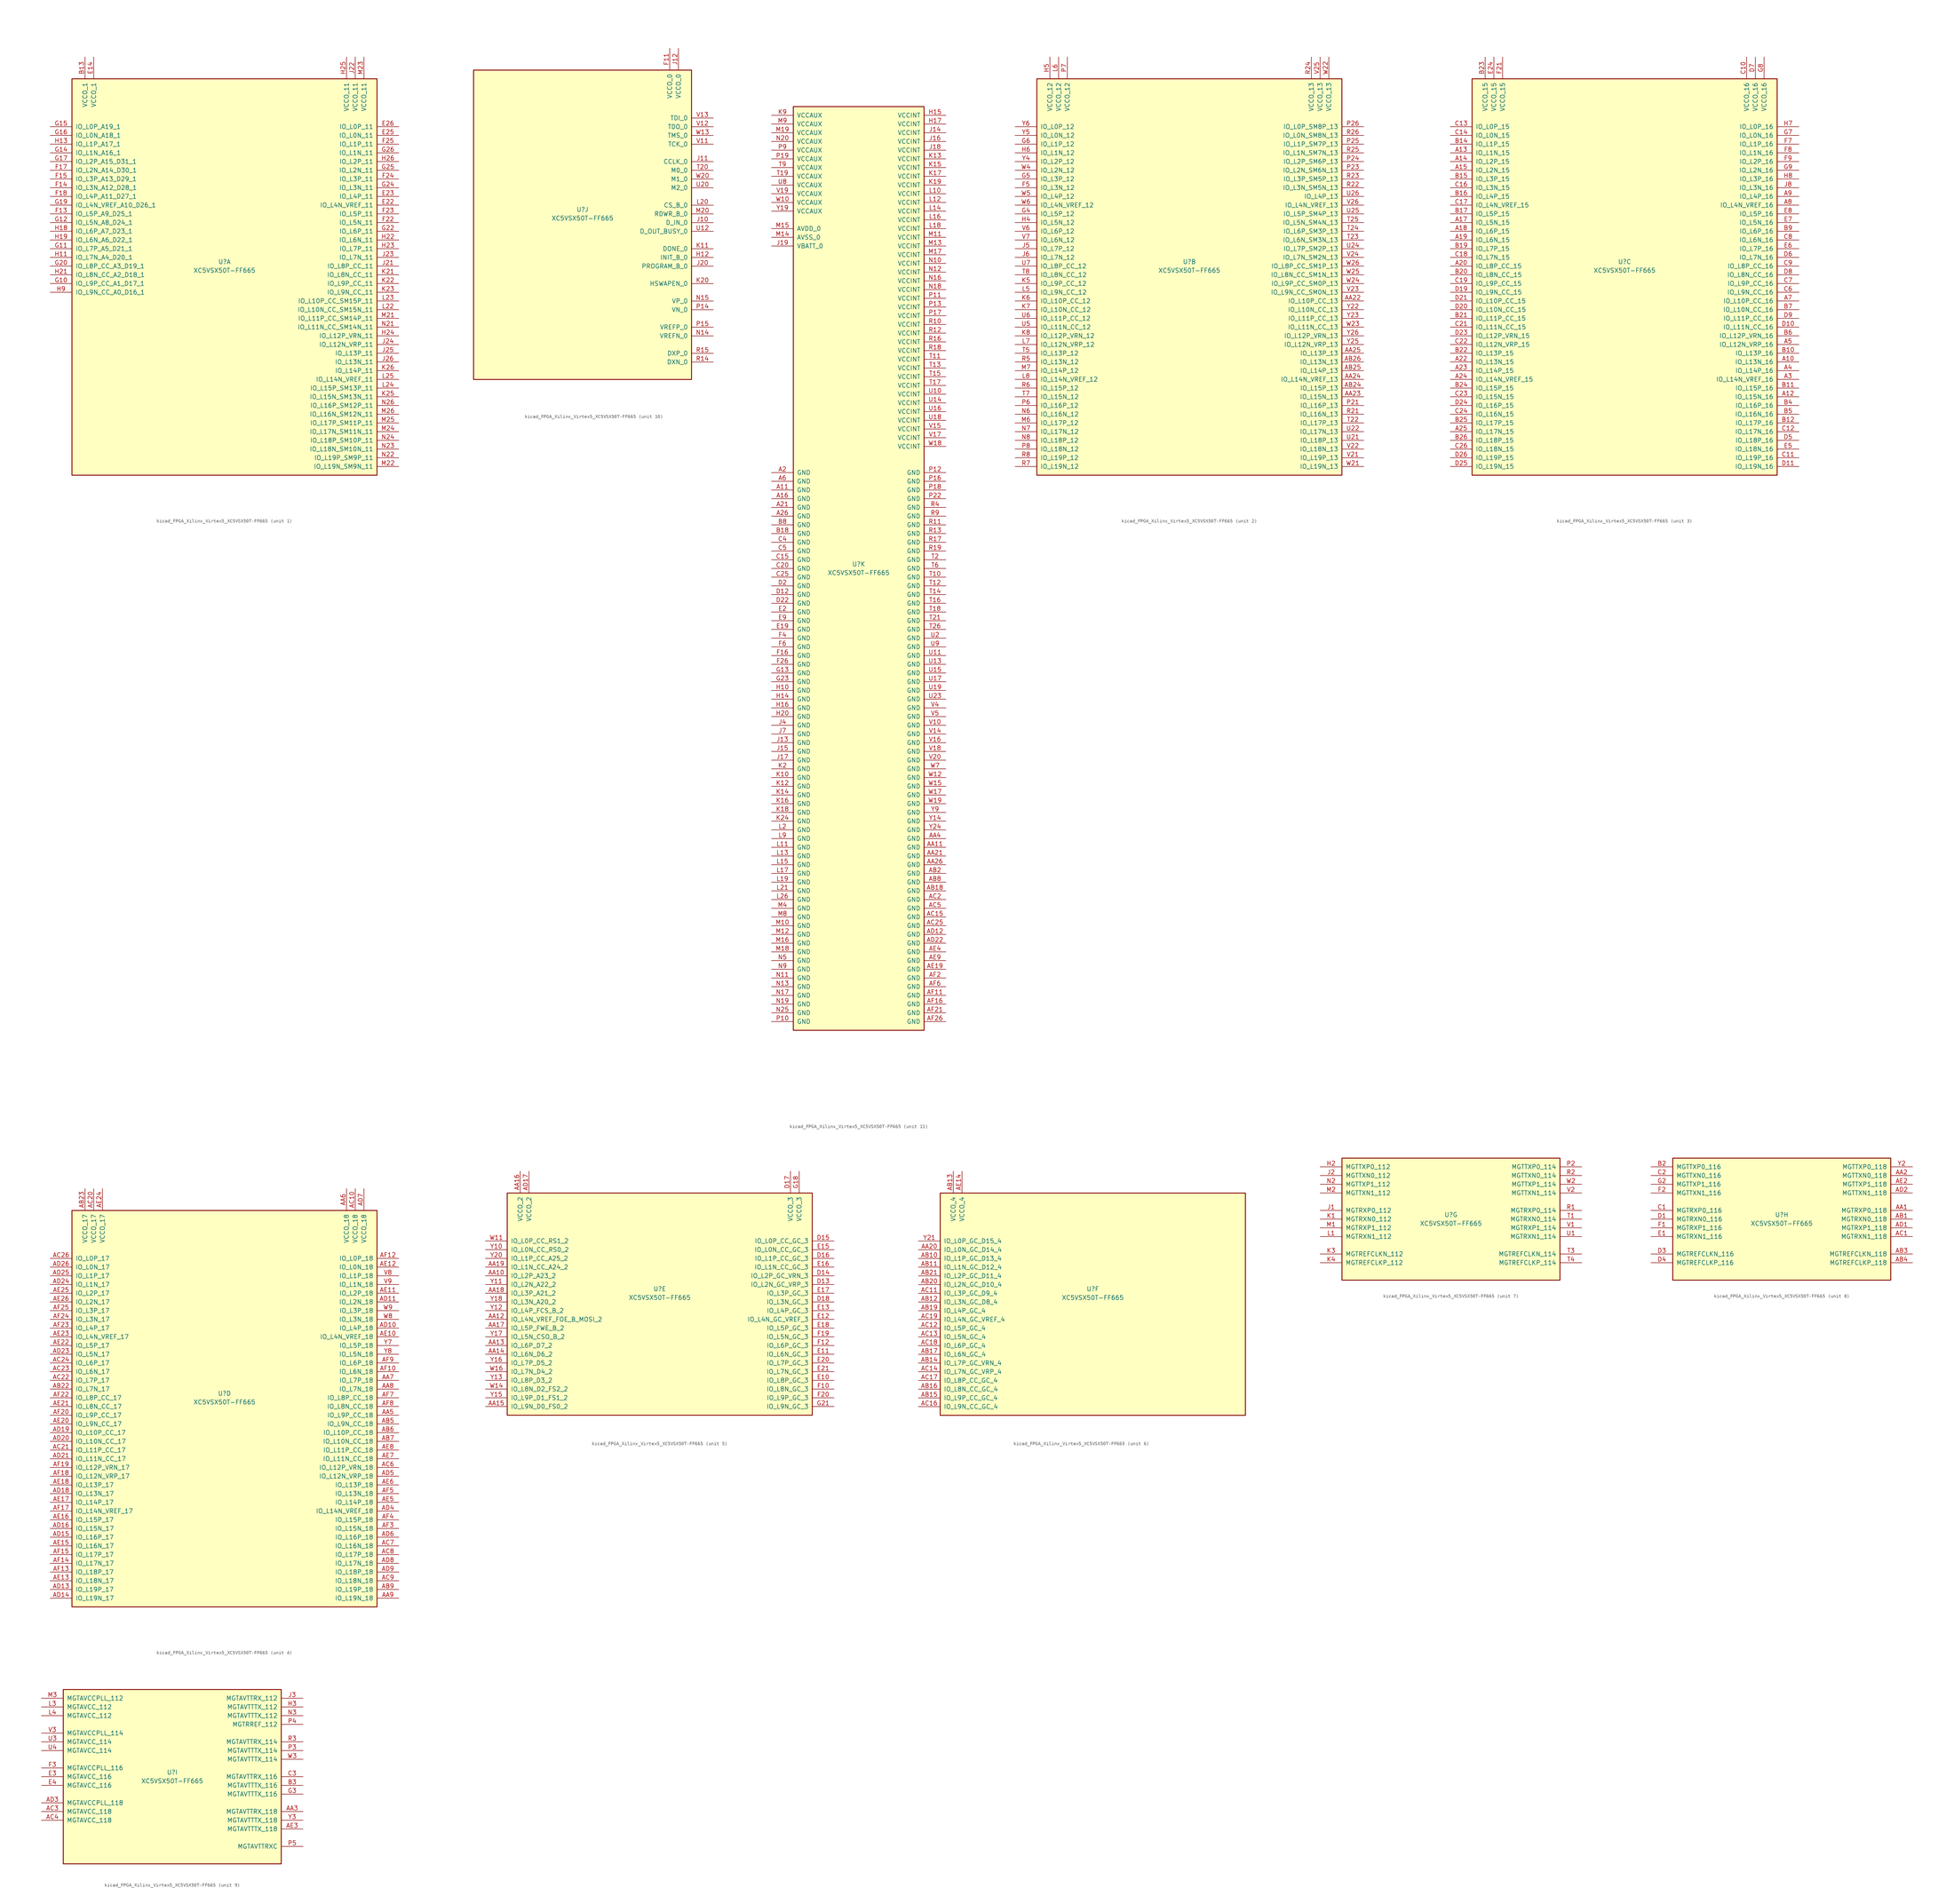
<source format=kicad_sym>
(kicad_symbol_lib
  (version 20220914)
  (generator kicad_symbol_editor)
  (symbol "kicad_FPGA_Xilinx_Virtex5_XC5VSX50T-FF665"
    (pin_names
      (offset 1.016))
    (property "Reference" "U"
      (at 0 1.27 0)
      (effects (font (size 1.27 1.27))))
    (property "Value" "XC5VSX50T-FF665"
      (at 0 -1.27 0)
      (effects (font (size 1.27 1.27))))
    (property "Datasheet" ""
      (at 0 0 0)
      (effects (font (size 1.27 1.27))))
    (property "ki_locked" ""
      (at 0 0 0)
      (effects (font (size 1.27 1.27))))
    (symbol "kicad_FPGA_Xilinx_Virtex5_XC5VSX50T-FF665_1_1"
      (rectangle (start -44.45 54.61) (end 44.45 -60.96) (stroke (width 0.254) (type default)) (fill (type background)))
      (pin power_in line (at -40.64 60.96 270) (length 6.35) (name "VCCO_1" (effects (font (size 1.27 1.27)))) (number "B13" (effects (font (size 1.27 1.27)))))
      (pin power_in line (at -38.1 60.96 270) (length 6.35) (name "VCCO_1" (effects (font (size 1.27 1.27)))) (number "E14" (effects (font (size 1.27 1.27)))))
      (pin bidirectional line (at 50.8 17.78 180) (length 6.35) (name "IO_L4N_VREF_11" (effects (font (size 1.27 1.27)))) (number "E22" (effects (font (size 1.27 1.27)))))
      (pin bidirectional line (at 50.8 20.32 180) (length 6.35) (name "IO_L4P_11" (effects (font (size 1.27 1.27)))) (number "E23" (effects (font (size 1.27 1.27)))))
      (pin bidirectional line (at 50.8 38.1 180) (length 6.35) (name "IO_L0N_11" (effects (font (size 1.27 1.27)))) (number "E25" (effects (font (size 1.27 1.27)))))
      (pin bidirectional line (at 50.8 40.64 180) (length 6.35) (name "IO_L0P_11" (effects (font (size 1.27 1.27)))) (number "E26" (effects (font (size 1.27 1.27)))))
      (pin bidirectional line (at -50.8 15.24 0) (length 6.35) (name "IO_L5P_A9_D25_1" (effects (font (size 1.27 1.27)))) (number "F13" (effects (font (size 1.27 1.27)))))
      (pin bidirectional line (at -50.8 22.86 0) (length 6.35) (name "IO_L3N_A12_D28_1" (effects (font (size 1.27 1.27)))) (number "F14" (effects (font (size 1.27 1.27)))))
      (pin bidirectional line (at -50.8 25.4 0) (length 6.35) (name "IO_L3P_A13_D29_1" (effects (font (size 1.27 1.27)))) (number "F15" (effects (font (size 1.27 1.27)))))
      (pin bidirectional line (at -50.8 27.94 0) (length 6.35) (name "IO_L2N_A14_D30_1" (effects (font (size 1.27 1.27)))) (number "F17" (effects (font (size 1.27 1.27)))))
      (pin bidirectional line (at -50.8 20.32 0) (length 6.35) (name "IO_L4P_A11_D27_1" (effects (font (size 1.27 1.27)))) (number "F18" (effects (font (size 1.27 1.27)))))
      (pin bidirectional line (at 50.8 12.7 180) (length 6.35) (name "IO_L5N_11" (effects (font (size 1.27 1.27)))) (number "F22" (effects (font (size 1.27 1.27)))))
      (pin bidirectional line (at 50.8 15.24 180) (length 6.35) (name "IO_L5P_11" (effects (font (size 1.27 1.27)))) (number "F23" (effects (font (size 1.27 1.27)))))
      (pin bidirectional line (at 50.8 25.4 180) (length 6.35) (name "IO_L3P_11" (effects (font (size 1.27 1.27)))) (number "F24" (effects (font (size 1.27 1.27)))))
      (pin bidirectional line (at 50.8 35.56 180) (length 6.35) (name "IO_L1P_11" (effects (font (size 1.27 1.27)))) (number "F25" (effects (font (size 1.27 1.27)))))
      (pin bidirectional line (at -50.8 -5.08 0) (length 6.35) (name "IO_L9P_CC_A1_D17_1" (effects (font (size 1.27 1.27)))) (number "G10" (effects (font (size 1.27 1.27)))))
      (pin bidirectional line (at -50.8 5.08 0) (length 6.35) (name "IO_L7P_A5_D21_1" (effects (font (size 1.27 1.27)))) (number "G11" (effects (font (size 1.27 1.27)))))
      (pin bidirectional line (at -50.8 12.7 0) (length 6.35) (name "IO_L5N_A8_D24_1" (effects (font (size 1.27 1.27)))) (number "G12" (effects (font (size 1.27 1.27)))))
      (pin bidirectional line (at -50.8 33.02 0) (length 6.35) (name "IO_L1N_A16_1" (effects (font (size 1.27 1.27)))) (number "G14" (effects (font (size 1.27 1.27)))))
      (pin bidirectional line (at -50.8 40.64 0) (length 6.35) (name "IO_L0P_A19_1" (effects (font (size 1.27 1.27)))) (number "G15" (effects (font (size 1.27 1.27)))))
      (pin bidirectional line (at -50.8 38.1 0) (length 6.35) (name "IO_L0N_A18_1" (effects (font (size 1.27 1.27)))) (number "G16" (effects (font (size 1.27 1.27)))))
      (pin bidirectional line (at -50.8 30.48 0) (length 6.35) (name "IO_L2P_A15_D31_1" (effects (font (size 1.27 1.27)))) (number "G17" (effects (font (size 1.27 1.27)))))
      (pin bidirectional line (at -50.8 17.78 0) (length 6.35) (name "IO_L4N_VREF_A10_D26_1" (effects (font (size 1.27 1.27)))) (number "G19" (effects (font (size 1.27 1.27)))))
      (pin bidirectional line (at -50.8 0 0) (length 6.35) (name "IO_L8P_CC_A3_D19_1" (effects (font (size 1.27 1.27)))) (number "G20" (effects (font (size 1.27 1.27)))))
      (pin bidirectional line (at 50.8 10.16 180) (length 6.35) (name "IO_L6P_11" (effects (font (size 1.27 1.27)))) (number "G22" (effects (font (size 1.27 1.27)))))
      (pin bidirectional line (at 50.8 22.86 180) (length 6.35) (name "IO_L3N_11" (effects (font (size 1.27 1.27)))) (number "G24" (effects (font (size 1.27 1.27)))))
      (pin bidirectional line (at 50.8 27.94 180) (length 6.35) (name "IO_L2N_11" (effects (font (size 1.27 1.27)))) (number "G25" (effects (font (size 1.27 1.27)))))
      (pin bidirectional line (at 50.8 33.02 180) (length 6.35) (name "IO_L1N_11" (effects (font (size 1.27 1.27)))) (number "G26" (effects (font (size 1.27 1.27)))))
      (pin bidirectional line (at -50.8 2.54 0) (length 6.35) (name "IO_L7N_A4_D20_1" (effects (font (size 1.27 1.27)))) (number "H11" (effects (font (size 1.27 1.27)))))
      (pin bidirectional line (at -50.8 35.56 0) (length 6.35) (name "IO_L1P_A17_1" (effects (font (size 1.27 1.27)))) (number "H13" (effects (font (size 1.27 1.27)))))
      (pin bidirectional line (at -50.8 10.16 0) (length 6.35) (name "IO_L6P_A7_D23_1" (effects (font (size 1.27 1.27)))) (number "H18" (effects (font (size 1.27 1.27)))))
      (pin bidirectional line (at -50.8 7.62 0) (length 6.35) (name "IO_L6N_A6_D22_1" (effects (font (size 1.27 1.27)))) (number "H19" (effects (font (size 1.27 1.27)))))
      (pin bidirectional line (at -50.8 -2.54 0) (length 6.35) (name "IO_L8N_CC_A2_D18_1" (effects (font (size 1.27 1.27)))) (number "H21" (effects (font (size 1.27 1.27)))))
      (pin bidirectional line (at 50.8 7.62 180) (length 6.35) (name "IO_L6N_11" (effects (font (size 1.27 1.27)))) (number "H22" (effects (font (size 1.27 1.27)))))
      (pin bidirectional line (at 50.8 5.08 180) (length 6.35) (name "IO_L7P_11" (effects (font (size 1.27 1.27)))) (number "H23" (effects (font (size 1.27 1.27)))))
      (pin bidirectional line (at 50.8 -20.32 180) (length 6.35) (name "IO_L12P_VRN_11" (effects (font (size 1.27 1.27)))) (number "H24" (effects (font (size 1.27 1.27)))))
      (pin power_in line (at 35.56 60.96 270) (length 6.35) (name "VCCO_11" (effects (font (size 1.27 1.27)))) (number "H25" (effects (font (size 1.27 1.27)))))
      (pin bidirectional line (at 50.8 30.48 180) (length 6.35) (name "IO_L2P_11" (effects (font (size 1.27 1.27)))) (number "H26" (effects (font (size 1.27 1.27)))))
      (pin bidirectional line (at -50.8 -7.62 0) (length 6.35) (name "IO_L9N_CC_A0_D16_1" (effects (font (size 1.27 1.27)))) (number "H9" (effects (font (size 1.27 1.27)))))
      (pin bidirectional line (at 50.8 0 180) (length 6.35) (name "IO_L8P_CC_11" (effects (font (size 1.27 1.27)))) (number "J21" (effects (font (size 1.27 1.27)))))
      (pin power_in line (at 38.1 60.96 270) (length 6.35) (name "VCCO_11" (effects (font (size 1.27 1.27)))) (number "J22" (effects (font (size 1.27 1.27)))))
      (pin bidirectional line (at 50.8 2.54 180) (length 6.35) (name "IO_L7N_11" (effects (font (size 1.27 1.27)))) (number "J23" (effects (font (size 1.27 1.27)))))
      (pin bidirectional line (at 50.8 -22.86 180) (length 6.35) (name "IO_L12N_VRP_11" (effects (font (size 1.27 1.27)))) (number "J24" (effects (font (size 1.27 1.27)))))
      (pin bidirectional line (at 50.8 -25.4 180) (length 6.35) (name "IO_L13P_11" (effects (font (size 1.27 1.27)))) (number "J25" (effects (font (size 1.27 1.27)))))
      (pin bidirectional line (at 50.8 -27.94 180) (length 6.35) (name "IO_L13N_11" (effects (font (size 1.27 1.27)))) (number "J26" (effects (font (size 1.27 1.27)))))
      (pin bidirectional line (at 50.8 -2.54 180) (length 6.35) (name "IO_L8N_CC_11" (effects (font (size 1.27 1.27)))) (number "K21" (effects (font (size 1.27 1.27)))))
      (pin bidirectional line (at 50.8 -5.08 180) (length 6.35) (name "IO_L9P_CC_11" (effects (font (size 1.27 1.27)))) (number "K22" (effects (font (size 1.27 1.27)))))
      (pin bidirectional line (at 50.8 -7.62 180) (length 6.35) (name "IO_L9N_CC_11" (effects (font (size 1.27 1.27)))) (number "K23" (effects (font (size 1.27 1.27)))))
      (pin bidirectional line (at 50.8 -38.1 180) (length 6.35) (name "IO_L15N_SM13N_11" (effects (font (size 1.27 1.27)))) (number "K25" (effects (font (size 1.27 1.27)))))
      (pin bidirectional line (at 50.8 -30.48 180) (length 6.35) (name "IO_L14P_11" (effects (font (size 1.27 1.27)))) (number "K26" (effects (font (size 1.27 1.27)))))
      (pin bidirectional line (at 50.8 -12.7 180) (length 6.35) (name "IO_L10N_CC_SM15N_11" (effects (font (size 1.27 1.27)))) (number "L22" (effects (font (size 1.27 1.27)))))
      (pin bidirectional line (at 50.8 -10.16 180) (length 6.35) (name "IO_L10P_CC_SM15P_11" (effects (font (size 1.27 1.27)))) (number "L23" (effects (font (size 1.27 1.27)))))
      (pin bidirectional line (at 50.8 -35.56 180) (length 6.35) (name "IO_L15P_SM13P_11" (effects (font (size 1.27 1.27)))) (number "L24" (effects (font (size 1.27 1.27)))))
      (pin bidirectional line (at 50.8 -33.02 180) (length 6.35) (name "IO_L14N_VREF_11" (effects (font (size 1.27 1.27)))) (number "L25" (effects (font (size 1.27 1.27)))))
      (pin bidirectional line (at 50.8 -15.24 180) (length 6.35) (name "IO_L11P_CC_SM14P_11" (effects (font (size 1.27 1.27)))) (number "M21" (effects (font (size 1.27 1.27)))))
      (pin bidirectional line (at 50.8 -58.42 180) (length 6.35) (name "IO_L19N_SM9N_11" (effects (font (size 1.27 1.27)))) (number "M22" (effects (font (size 1.27 1.27)))))
      (pin power_in line (at 40.64 60.96 270) (length 6.35) (name "VCCO_11" (effects (font (size 1.27 1.27)))) (number "M23" (effects (font (size 1.27 1.27)))))
      (pin bidirectional line (at 50.8 -48.26 180) (length 6.35) (name "IO_L17N_SM11N_11" (effects (font (size 1.27 1.27)))) (number "M24" (effects (font (size 1.27 1.27)))))
      (pin bidirectional line (at 50.8 -45.72 180) (length 6.35) (name "IO_L17P_SM11P_11" (effects (font (size 1.27 1.27)))) (number "M25" (effects (font (size 1.27 1.27)))))
      (pin bidirectional line (at 50.8 -43.18 180) (length 6.35) (name "IO_L16N_SM12N_11" (effects (font (size 1.27 1.27)))) (number "M26" (effects (font (size 1.27 1.27)))))
      (pin bidirectional line (at 50.8 -17.78 180) (length 6.35) (name "IO_L11N_CC_SM14N_11" (effects (font (size 1.27 1.27)))) (number "N21" (effects (font (size 1.27 1.27)))))
      (pin bidirectional line (at 50.8 -55.88 180) (length 6.35) (name "IO_L19P_SM9P_11" (effects (font (size 1.27 1.27)))) (number "N22" (effects (font (size 1.27 1.27)))))
      (pin bidirectional line (at 50.8 -53.34 180) (length 6.35) (name "IO_L18N_SM10N_11" (effects (font (size 1.27 1.27)))) (number "N23" (effects (font (size 1.27 1.27)))))
      (pin bidirectional line (at 50.8 -50.8 180) (length 6.35) (name "IO_L18P_SM10P_11" (effects (font (size 1.27 1.27)))) (number "N24" (effects (font (size 1.27 1.27)))))
      (pin bidirectional line (at 50.8 -40.64 180) (length 6.35) (name "IO_L16P_SM12P_11" (effects (font (size 1.27 1.27)))) (number "N26" (effects (font (size 1.27 1.27))))))
    (symbol "kicad_FPGA_Xilinx_Virtex5_XC5VSX50T-FF665_2_1"
      (rectangle (start -44.45 54.61) (end 44.45 -60.96) (stroke (width 0.254) (type default)) (fill (type background)))
      (pin bidirectional line (at 50.8 -10.16 180) (length 6.35) (name "IO_L10P_CC_13" (effects (font (size 1.27 1.27)))) (number "AA22" (effects (font (size 1.27 1.27)))))
      (pin bidirectional line (at 50.8 -38.1 180) (length 6.35) (name "IO_L15N_13" (effects (font (size 1.27 1.27)))) (number "AA23" (effects (font (size 1.27 1.27)))))
      (pin bidirectional line (at 50.8 -33.02 180) (length 6.35) (name "IO_L14N_VREF_13" (effects (font (size 1.27 1.27)))) (number "AA24" (effects (font (size 1.27 1.27)))))
      (pin bidirectional line (at 50.8 -25.4 180) (length 6.35) (name "IO_L13P_13" (effects (font (size 1.27 1.27)))) (number "AA25" (effects (font (size 1.27 1.27)))))
      (pin bidirectional line (at 50.8 -35.56 180) (length 6.35) (name "IO_L15P_13" (effects (font (size 1.27 1.27)))) (number "AB24" (effects (font (size 1.27 1.27)))))
      (pin bidirectional line (at 50.8 -30.48 180) (length 6.35) (name "IO_L14P_13" (effects (font (size 1.27 1.27)))) (number "AB25" (effects (font (size 1.27 1.27)))))
      (pin bidirectional line (at 50.8 -27.94 180) (length 6.35) (name "IO_L13N_13" (effects (font (size 1.27 1.27)))) (number "AB26" (effects (font (size 1.27 1.27)))))
      (pin bidirectional line (at -50.8 22.86 0) (length 6.35) (name "IO_L3N_12" (effects (font (size 1.27 1.27)))) (number "F5" (effects (font (size 1.27 1.27)))))
      (pin bidirectional line (at -50.8 15.24 0) (length 6.35) (name "IO_L5P_12" (effects (font (size 1.27 1.27)))) (number "G4" (effects (font (size 1.27 1.27)))))
      (pin bidirectional line (at -50.8 25.4 0) (length 6.35) (name "IO_L3P_12" (effects (font (size 1.27 1.27)))) (number "G5" (effects (font (size 1.27 1.27)))))
      (pin bidirectional line (at -50.8 35.56 0) (length 6.35) (name "IO_L1P_12" (effects (font (size 1.27 1.27)))) (number "G6" (effects (font (size 1.27 1.27)))))
      (pin bidirectional line (at -50.8 12.7 0) (length 6.35) (name "IO_L5N_12" (effects (font (size 1.27 1.27)))) (number "H4" (effects (font (size 1.27 1.27)))))
      (pin power_in line (at -40.64 60.96 270) (length 6.35) (name "VCCO_12" (effects (font (size 1.27 1.27)))) (number "H5" (effects (font (size 1.27 1.27)))))
      (pin bidirectional line (at -50.8 33.02 0) (length 6.35) (name "IO_L1N_12" (effects (font (size 1.27 1.27)))) (number "H6" (effects (font (size 1.27 1.27)))))
      (pin bidirectional line (at -50.8 5.08 0) (length 6.35) (name "IO_L7P_12" (effects (font (size 1.27 1.27)))) (number "J5" (effects (font (size 1.27 1.27)))))
      (pin bidirectional line (at -50.8 2.54 0) (length 6.35) (name "IO_L7N_12" (effects (font (size 1.27 1.27)))) (number "J6" (effects (font (size 1.27 1.27)))))
      (pin bidirectional line (at -50.8 -5.08 0) (length 6.35) (name "IO_L9P_CC_12" (effects (font (size 1.27 1.27)))) (number "K5" (effects (font (size 1.27 1.27)))))
      (pin bidirectional line (at -50.8 -10.16 0) (length 6.35) (name "IO_L10P_CC_12" (effects (font (size 1.27 1.27)))) (number "K6" (effects (font (size 1.27 1.27)))))
      (pin bidirectional line (at -50.8 -12.7 0) (length 6.35) (name "IO_L10N_CC_12" (effects (font (size 1.27 1.27)))) (number "K7" (effects (font (size 1.27 1.27)))))
      (pin bidirectional line (at -50.8 -20.32 0) (length 6.35) (name "IO_L12P_VRN_12" (effects (font (size 1.27 1.27)))) (number "K8" (effects (font (size 1.27 1.27)))))
      (pin bidirectional line (at -50.8 -7.62 0) (length 6.35) (name "IO_L9N_CC_12" (effects (font (size 1.27 1.27)))) (number "L5" (effects (font (size 1.27 1.27)))))
      (pin power_in line (at -38.1 60.96 270) (length 6.35) (name "VCCO_12" (effects (font (size 1.27 1.27)))) (number "L6" (effects (font (size 1.27 1.27)))))
      (pin bidirectional line (at -50.8 -22.86 0) (length 6.35) (name "IO_L12N_VRP_12" (effects (font (size 1.27 1.27)))) (number "L7" (effects (font (size 1.27 1.27)))))
      (pin bidirectional line (at -50.8 -33.02 0) (length 6.35) (name "IO_L14N_VREF_12" (effects (font (size 1.27 1.27)))) (number "L8" (effects (font (size 1.27 1.27)))))
      (pin bidirectional line (at -50.8 -45.72 0) (length 6.35) (name "IO_L17P_12" (effects (font (size 1.27 1.27)))) (number "M6" (effects (font (size 1.27 1.27)))))
      (pin bidirectional line (at -50.8 -30.48 0) (length 6.35) (name "IO_L14P_12" (effects (font (size 1.27 1.27)))) (number "M7" (effects (font (size 1.27 1.27)))))
      (pin bidirectional line (at -50.8 -43.18 0) (length 6.35) (name "IO_L16N_12" (effects (font (size 1.27 1.27)))) (number "N6" (effects (font (size 1.27 1.27)))))
      (pin bidirectional line (at -50.8 -48.26 0) (length 6.35) (name "IO_L17N_12" (effects (font (size 1.27 1.27)))) (number "N7" (effects (font (size 1.27 1.27)))))
      (pin bidirectional line (at -50.8 -50.8 0) (length 6.35) (name "IO_L18P_12" (effects (font (size 1.27 1.27)))) (number "N8" (effects (font (size 1.27 1.27)))))
      (pin bidirectional line (at 50.8 -40.64 180) (length 6.35) (name "IO_L16P_13" (effects (font (size 1.27 1.27)))) (number "P21" (effects (font (size 1.27 1.27)))))
      (pin bidirectional line (at 50.8 27.94 180) (length 6.35) (name "IO_L2N_SM6N_13" (effects (font (size 1.27 1.27)))) (number "P23" (effects (font (size 1.27 1.27)))))
      (pin bidirectional line (at 50.8 30.48 180) (length 6.35) (name "IO_L2P_SM6P_13" (effects (font (size 1.27 1.27)))) (number "P24" (effects (font (size 1.27 1.27)))))
      (pin bidirectional line (at 50.8 35.56 180) (length 6.35) (name "IO_L1P_SM7P_13" (effects (font (size 1.27 1.27)))) (number "P25" (effects (font (size 1.27 1.27)))))
      (pin bidirectional line (at 50.8 40.64 180) (length 6.35) (name "IO_L0P_SM8P_13" (effects (font (size 1.27 1.27)))) (number "P26" (effects (font (size 1.27 1.27)))))
      (pin bidirectional line (at -50.8 -40.64 0) (length 6.35) (name "IO_L16P_12" (effects (font (size 1.27 1.27)))) (number "P6" (effects (font (size 1.27 1.27)))))
      (pin power_in line (at -35.56 60.96 270) (length 6.35) (name "VCCO_12" (effects (font (size 1.27 1.27)))) (number "P7" (effects (font (size 1.27 1.27)))))
      (pin bidirectional line (at -50.8 -53.34 0) (length 6.35) (name "IO_L18N_12" (effects (font (size 1.27 1.27)))) (number "P8" (effects (font (size 1.27 1.27)))))
      (pin bidirectional line (at 50.8 -43.18 180) (length 6.35) (name "IO_L16N_13" (effects (font (size 1.27 1.27)))) (number "R21" (effects (font (size 1.27 1.27)))))
      (pin bidirectional line (at 50.8 22.86 180) (length 6.35) (name "IO_L3N_SM5N_13" (effects (font (size 1.27 1.27)))) (number "R22" (effects (font (size 1.27 1.27)))))
      (pin bidirectional line (at 50.8 25.4 180) (length 6.35) (name "IO_L3P_SM5P_13" (effects (font (size 1.27 1.27)))) (number "R23" (effects (font (size 1.27 1.27)))))
      (pin power_in line (at 35.56 60.96 270) (length 6.35) (name "VCCO_13" (effects (font (size 1.27 1.27)))) (number "R24" (effects (font (size 1.27 1.27)))))
      (pin bidirectional line (at 50.8 33.02 180) (length 6.35) (name "IO_L1N_SM7N_13" (effects (font (size 1.27 1.27)))) (number "R25" (effects (font (size 1.27 1.27)))))
      (pin bidirectional line (at 50.8 38.1 180) (length 6.35) (name "IO_L0N_SM8N_13" (effects (font (size 1.27 1.27)))) (number "R26" (effects (font (size 1.27 1.27)))))
      (pin bidirectional line (at -50.8 -27.94 0) (length 6.35) (name "IO_L13N_12" (effects (font (size 1.27 1.27)))) (number "R5" (effects (font (size 1.27 1.27)))))
      (pin bidirectional line (at -50.8 -35.56 0) (length 6.35) (name "IO_L15P_12" (effects (font (size 1.27 1.27)))) (number "R6" (effects (font (size 1.27 1.27)))))
      (pin bidirectional line (at -50.8 -58.42 0) (length 6.35) (name "IO_L19N_12" (effects (font (size 1.27 1.27)))) (number "R7" (effects (font (size 1.27 1.27)))))
      (pin bidirectional line (at -50.8 -55.88 0) (length 6.35) (name "IO_L19P_12" (effects (font (size 1.27 1.27)))) (number "R8" (effects (font (size 1.27 1.27)))))
      (pin bidirectional line (at 50.8 -45.72 180) (length 6.35) (name "IO_L17P_13" (effects (font (size 1.27 1.27)))) (number "T22" (effects (font (size 1.27 1.27)))))
      (pin bidirectional line (at 50.8 7.62 180) (length 6.35) (name "IO_L6N_SM3N_13" (effects (font (size 1.27 1.27)))) (number "T23" (effects (font (size 1.27 1.27)))))
      (pin bidirectional line (at 50.8 10.16 180) (length 6.35) (name "IO_L6P_SM3P_13" (effects (font (size 1.27 1.27)))) (number "T24" (effects (font (size 1.27 1.27)))))
      (pin bidirectional line (at 50.8 12.7 180) (length 6.35) (name "IO_L5N_SM4N_13" (effects (font (size 1.27 1.27)))) (number "T25" (effects (font (size 1.27 1.27)))))
      (pin bidirectional line (at -50.8 -25.4 0) (length 6.35) (name "IO_L13P_12" (effects (font (size 1.27 1.27)))) (number "T5" (effects (font (size 1.27 1.27)))))
      (pin bidirectional line (at -50.8 -38.1 0) (length 6.35) (name "IO_L15N_12" (effects (font (size 1.27 1.27)))) (number "T7" (effects (font (size 1.27 1.27)))))
      (pin bidirectional line (at -50.8 -2.54 0) (length 6.35) (name "IO_L8N_CC_12" (effects (font (size 1.27 1.27)))) (number "T8" (effects (font (size 1.27 1.27)))))
      (pin bidirectional line (at 50.8 -50.8 180) (length 6.35) (name "IO_L18P_13" (effects (font (size 1.27 1.27)))) (number "U21" (effects (font (size 1.27 1.27)))))
      (pin bidirectional line (at 50.8 -48.26 180) (length 6.35) (name "IO_L17N_13" (effects (font (size 1.27 1.27)))) (number "U22" (effects (font (size 1.27 1.27)))))
      (pin bidirectional line (at 50.8 5.08 180) (length 6.35) (name "IO_L7P_SM2P_13" (effects (font (size 1.27 1.27)))) (number "U24" (effects (font (size 1.27 1.27)))))
      (pin bidirectional line (at 50.8 15.24 180) (length 6.35) (name "IO_L5P_SM4P_13" (effects (font (size 1.27 1.27)))) (number "U25" (effects (font (size 1.27 1.27)))))
      (pin bidirectional line (at 50.8 20.32 180) (length 6.35) (name "IO_L4P_13" (effects (font (size 1.27 1.27)))) (number "U26" (effects (font (size 1.27 1.27)))))
      (pin bidirectional line (at -50.8 -17.78 0) (length 6.35) (name "IO_L11N_CC_12" (effects (font (size 1.27 1.27)))) (number "U5" (effects (font (size 1.27 1.27)))))
      (pin bidirectional line (at -50.8 -15.24 0) (length 6.35) (name "IO_L11P_CC_12" (effects (font (size 1.27 1.27)))) (number "U6" (effects (font (size 1.27 1.27)))))
      (pin bidirectional line (at -50.8 0 0) (length 6.35) (name "IO_L8P_CC_12" (effects (font (size 1.27 1.27)))) (number "U7" (effects (font (size 1.27 1.27)))))
      (pin bidirectional line (at 50.8 -55.88 180) (length 6.35) (name "IO_L19P_13" (effects (font (size 1.27 1.27)))) (number "V21" (effects (font (size 1.27 1.27)))))
      (pin bidirectional line (at 50.8 -53.34 180) (length 6.35) (name "IO_L18N_13" (effects (font (size 1.27 1.27)))) (number "V22" (effects (font (size 1.27 1.27)))))
      (pin bidirectional line (at 50.8 -7.62 180) (length 6.35) (name "IO_L9N_CC_SM0N_13" (effects (font (size 1.27 1.27)))) (number "V23" (effects (font (size 1.27 1.27)))))
      (pin bidirectional line (at 50.8 2.54 180) (length 6.35) (name "IO_L7N_SM2N_13" (effects (font (size 1.27 1.27)))) (number "V24" (effects (font (size 1.27 1.27)))))
      (pin power_in line (at 38.1 60.96 270) (length 6.35) (name "VCCO_13" (effects (font (size 1.27 1.27)))) (number "V25" (effects (font (size 1.27 1.27)))))
      (pin bidirectional line (at 50.8 17.78 180) (length 6.35) (name "IO_L4N_VREF_13" (effects (font (size 1.27 1.27)))) (number "V26" (effects (font (size 1.27 1.27)))))
      (pin bidirectional line (at -50.8 10.16 0) (length 6.35) (name "IO_L6P_12" (effects (font (size 1.27 1.27)))) (number "V6" (effects (font (size 1.27 1.27)))))
      (pin bidirectional line (at -50.8 7.62 0) (length 6.35) (name "IO_L6N_12" (effects (font (size 1.27 1.27)))) (number "V7" (effects (font (size 1.27 1.27)))))
      (pin bidirectional line (at 50.8 -58.42 180) (length 6.35) (name "IO_L19N_13" (effects (font (size 1.27 1.27)))) (number "W21" (effects (font (size 1.27 1.27)))))
      (pin power_in line (at 40.64 60.96 270) (length 6.35) (name "VCCO_13" (effects (font (size 1.27 1.27)))) (number "W22" (effects (font (size 1.27 1.27)))))
      (pin bidirectional line (at 50.8 -17.78 180) (length 6.35) (name "IO_L11N_CC_13" (effects (font (size 1.27 1.27)))) (number "W23" (effects (font (size 1.27 1.27)))))
      (pin bidirectional line (at 50.8 -5.08 180) (length 6.35) (name "IO_L9P_CC_SM0P_13" (effects (font (size 1.27 1.27)))) (number "W24" (effects (font (size 1.27 1.27)))))
      (pin bidirectional line (at 50.8 -2.54 180) (length 6.35) (name "IO_L8N_CC_SM1N_13" (effects (font (size 1.27 1.27)))) (number "W25" (effects (font (size 1.27 1.27)))))
      (pin bidirectional line (at 50.8 0 180) (length 6.35) (name "IO_L8P_CC_SM1P_13" (effects (font (size 1.27 1.27)))) (number "W26" (effects (font (size 1.27 1.27)))))
      (pin bidirectional line (at -50.8 27.94 0) (length 6.35) (name "IO_L2N_12" (effects (font (size 1.27 1.27)))) (number "W4" (effects (font (size 1.27 1.27)))))
      (pin bidirectional line (at -50.8 20.32 0) (length 6.35) (name "IO_L4P_12" (effects (font (size 1.27 1.27)))) (number "W5" (effects (font (size 1.27 1.27)))))
      (pin bidirectional line (at -50.8 17.78 0) (length 6.35) (name "IO_L4N_VREF_12" (effects (font (size 1.27 1.27)))) (number "W6" (effects (font (size 1.27 1.27)))))
      (pin bidirectional line (at 50.8 -12.7 180) (length 6.35) (name "IO_L10N_CC_13" (effects (font (size 1.27 1.27)))) (number "Y22" (effects (font (size 1.27 1.27)))))
      (pin bidirectional line (at 50.8 -15.24 180) (length 6.35) (name "IO_L11P_CC_13" (effects (font (size 1.27 1.27)))) (number "Y23" (effects (font (size 1.27 1.27)))))
      (pin bidirectional line (at 50.8 -22.86 180) (length 6.35) (name "IO_L12N_VRP_13" (effects (font (size 1.27 1.27)))) (number "Y25" (effects (font (size 1.27 1.27)))))
      (pin bidirectional line (at 50.8 -20.32 180) (length 6.35) (name "IO_L12P_VRN_13" (effects (font (size 1.27 1.27)))) (number "Y26" (effects (font (size 1.27 1.27)))))
      (pin bidirectional line (at -50.8 30.48 0) (length 6.35) (name "IO_L2P_12" (effects (font (size 1.27 1.27)))) (number "Y4" (effects (font (size 1.27 1.27)))))
      (pin bidirectional line (at -50.8 38.1 0) (length 6.35) (name "IO_L0N_12" (effects (font (size 1.27 1.27)))) (number "Y5" (effects (font (size 1.27 1.27)))))
      (pin bidirectional line (at -50.8 40.64 0) (length 6.35) (name "IO_L0P_12" (effects (font (size 1.27 1.27)))) (number "Y6" (effects (font (size 1.27 1.27))))))
    (symbol "kicad_FPGA_Xilinx_Virtex5_XC5VSX50T-FF665_3_1"
      (rectangle (start -44.45 54.61) (end 44.45 -60.96) (stroke (width 0.254) (type default)) (fill (type background)))
      (pin bidirectional line (at 50.8 -27.94 180) (length 6.35) (name "IO_L13N_16" (effects (font (size 1.27 1.27)))) (number "A10" (effects (font (size 1.27 1.27)))))
      (pin bidirectional line (at 50.8 -38.1 180) (length 6.35) (name "IO_L15N_16" (effects (font (size 1.27 1.27)))) (number "A12" (effects (font (size 1.27 1.27)))))
      (pin bidirectional line (at -50.8 33.02 0) (length 6.35) (name "IO_L1N_15" (effects (font (size 1.27 1.27)))) (number "A13" (effects (font (size 1.27 1.27)))))
      (pin bidirectional line (at -50.8 30.48 0) (length 6.35) (name "IO_L2P_15" (effects (font (size 1.27 1.27)))) (number "A14" (effects (font (size 1.27 1.27)))))
      (pin bidirectional line (at -50.8 27.94 0) (length 6.35) (name "IO_L2N_15" (effects (font (size 1.27 1.27)))) (number "A15" (effects (font (size 1.27 1.27)))))
      (pin bidirectional line (at -50.8 12.7 0) (length 6.35) (name "IO_L5N_15" (effects (font (size 1.27 1.27)))) (number "A17" (effects (font (size 1.27 1.27)))))
      (pin bidirectional line (at -50.8 10.16 0) (length 6.35) (name "IO_L6P_15" (effects (font (size 1.27 1.27)))) (number "A18" (effects (font (size 1.27 1.27)))))
      (pin bidirectional line (at -50.8 7.62 0) (length 6.35) (name "IO_L6N_15" (effects (font (size 1.27 1.27)))) (number "A19" (effects (font (size 1.27 1.27)))))
      (pin bidirectional line (at -50.8 0 0) (length 6.35) (name "IO_L8P_CC_15" (effects (font (size 1.27 1.27)))) (number "A20" (effects (font (size 1.27 1.27)))))
      (pin bidirectional line (at -50.8 -27.94 0) (length 6.35) (name "IO_L13N_15" (effects (font (size 1.27 1.27)))) (number "A22" (effects (font (size 1.27 1.27)))))
      (pin bidirectional line (at -50.8 -30.48 0) (length 6.35) (name "IO_L14P_15" (effects (font (size 1.27 1.27)))) (number "A23" (effects (font (size 1.27 1.27)))))
      (pin bidirectional line (at -50.8 -33.02 0) (length 6.35) (name "IO_L14N_VREF_15" (effects (font (size 1.27 1.27)))) (number "A24" (effects (font (size 1.27 1.27)))))
      (pin bidirectional line (at -50.8 -48.26 0) (length 6.35) (name "IO_L17N_15" (effects (font (size 1.27 1.27)))) (number "A25" (effects (font (size 1.27 1.27)))))
      (pin bidirectional line (at 50.8 -33.02 180) (length 6.35) (name "IO_L14N_VREF_16" (effects (font (size 1.27 1.27)))) (number "A3" (effects (font (size 1.27 1.27)))))
      (pin bidirectional line (at 50.8 -30.48 180) (length 6.35) (name "IO_L14P_16" (effects (font (size 1.27 1.27)))) (number "A4" (effects (font (size 1.27 1.27)))))
      (pin bidirectional line (at 50.8 -22.86 180) (length 6.35) (name "IO_L12N_VRP_16" (effects (font (size 1.27 1.27)))) (number "A5" (effects (font (size 1.27 1.27)))))
      (pin bidirectional line (at 50.8 -10.16 180) (length 6.35) (name "IO_L10P_CC_16" (effects (font (size 1.27 1.27)))) (number "A7" (effects (font (size 1.27 1.27)))))
      (pin bidirectional line (at 50.8 17.78 180) (length 6.35) (name "IO_L4N_VREF_16" (effects (font (size 1.27 1.27)))) (number "A8" (effects (font (size 1.27 1.27)))))
      (pin bidirectional line (at 50.8 20.32 180) (length 6.35) (name "IO_L4P_16" (effects (font (size 1.27 1.27)))) (number "A9" (effects (font (size 1.27 1.27)))))
      (pin bidirectional line (at 50.8 -25.4 180) (length 6.35) (name "IO_L13P_16" (effects (font (size 1.27 1.27)))) (number "B10" (effects (font (size 1.27 1.27)))))
      (pin bidirectional line (at 50.8 -35.56 180) (length 6.35) (name "IO_L15P_16" (effects (font (size 1.27 1.27)))) (number "B11" (effects (font (size 1.27 1.27)))))
      (pin bidirectional line (at 50.8 -45.72 180) (length 6.35) (name "IO_L17P_16" (effects (font (size 1.27 1.27)))) (number "B12" (effects (font (size 1.27 1.27)))))
      (pin bidirectional line (at -50.8 35.56 0) (length 6.35) (name "IO_L1P_15" (effects (font (size 1.27 1.27)))) (number "B14" (effects (font (size 1.27 1.27)))))
      (pin bidirectional line (at -50.8 25.4 0) (length 6.35) (name "IO_L3P_15" (effects (font (size 1.27 1.27)))) (number "B15" (effects (font (size 1.27 1.27)))))
      (pin bidirectional line (at -50.8 20.32 0) (length 6.35) (name "IO_L4P_15" (effects (font (size 1.27 1.27)))) (number "B16" (effects (font (size 1.27 1.27)))))
      (pin bidirectional line (at -50.8 15.24 0) (length 6.35) (name "IO_L5P_15" (effects (font (size 1.27 1.27)))) (number "B17" (effects (font (size 1.27 1.27)))))
      (pin bidirectional line (at -50.8 5.08 0) (length 6.35) (name "IO_L7P_15" (effects (font (size 1.27 1.27)))) (number "B19" (effects (font (size 1.27 1.27)))))
      (pin bidirectional line (at -50.8 -2.54 0) (length 6.35) (name "IO_L8N_CC_15" (effects (font (size 1.27 1.27)))) (number "B20" (effects (font (size 1.27 1.27)))))
      (pin bidirectional line (at -50.8 -15.24 0) (length 6.35) (name "IO_L11P_CC_15" (effects (font (size 1.27 1.27)))) (number "B21" (effects (font (size 1.27 1.27)))))
      (pin bidirectional line (at -50.8 -25.4 0) (length 6.35) (name "IO_L13P_15" (effects (font (size 1.27 1.27)))) (number "B22" (effects (font (size 1.27 1.27)))))
      (pin power_in line (at -40.64 60.96 270) (length 6.35) (name "VCCO_15" (effects (font (size 1.27 1.27)))) (number "B23" (effects (font (size 1.27 1.27)))))
      (pin bidirectional line (at -50.8 -35.56 0) (length 6.35) (name "IO_L15P_15" (effects (font (size 1.27 1.27)))) (number "B24" (effects (font (size 1.27 1.27)))))
      (pin bidirectional line (at -50.8 -45.72 0) (length 6.35) (name "IO_L17P_15" (effects (font (size 1.27 1.27)))) (number "B25" (effects (font (size 1.27 1.27)))))
      (pin bidirectional line (at -50.8 -50.8 0) (length 6.35) (name "IO_L18P_15" (effects (font (size 1.27 1.27)))) (number "B26" (effects (font (size 1.27 1.27)))))
      (pin bidirectional line (at 50.8 -40.64 180) (length 6.35) (name "IO_L16P_16" (effects (font (size 1.27 1.27)))) (number "B4" (effects (font (size 1.27 1.27)))))
      (pin bidirectional line (at 50.8 -43.18 180) (length 6.35) (name "IO_L16N_16" (effects (font (size 1.27 1.27)))) (number "B5" (effects (font (size 1.27 1.27)))))
      (pin bidirectional line (at 50.8 -20.32 180) (length 6.35) (name "IO_L12P_VRN_16" (effects (font (size 1.27 1.27)))) (number "B6" (effects (font (size 1.27 1.27)))))
      (pin bidirectional line (at 50.8 -12.7 180) (length 6.35) (name "IO_L10N_CC_16" (effects (font (size 1.27 1.27)))) (number "B7" (effects (font (size 1.27 1.27)))))
      (pin bidirectional line (at 50.8 10.16 180) (length 6.35) (name "IO_L6P_16" (effects (font (size 1.27 1.27)))) (number "B9" (effects (font (size 1.27 1.27)))))
      (pin power_in line (at 35.56 60.96 270) (length 6.35) (name "VCCO_16" (effects (font (size 1.27 1.27)))) (number "C10" (effects (font (size 1.27 1.27)))))
      (pin bidirectional line (at 50.8 -55.88 180) (length 6.35) (name "IO_L19P_16" (effects (font (size 1.27 1.27)))) (number "C11" (effects (font (size 1.27 1.27)))))
      (pin bidirectional line (at 50.8 -48.26 180) (length 6.35) (name "IO_L17N_16" (effects (font (size 1.27 1.27)))) (number "C12" (effects (font (size 1.27 1.27)))))
      (pin bidirectional line (at -50.8 40.64 0) (length 6.35) (name "IO_L0P_15" (effects (font (size 1.27 1.27)))) (number "C13" (effects (font (size 1.27 1.27)))))
      (pin bidirectional line (at -50.8 38.1 0) (length 6.35) (name "IO_L0N_15" (effects (font (size 1.27 1.27)))) (number "C14" (effects (font (size 1.27 1.27)))))
      (pin bidirectional line (at -50.8 22.86 0) (length 6.35) (name "IO_L3N_15" (effects (font (size 1.27 1.27)))) (number "C16" (effects (font (size 1.27 1.27)))))
      (pin bidirectional line (at -50.8 17.78 0) (length 6.35) (name "IO_L4N_VREF_15" (effects (font (size 1.27 1.27)))) (number "C17" (effects (font (size 1.27 1.27)))))
      (pin bidirectional line (at -50.8 2.54 0) (length 6.35) (name "IO_L7N_15" (effects (font (size 1.27 1.27)))) (number "C18" (effects (font (size 1.27 1.27)))))
      (pin bidirectional line (at -50.8 -5.08 0) (length 6.35) (name "IO_L9P_CC_15" (effects (font (size 1.27 1.27)))) (number "C19" (effects (font (size 1.27 1.27)))))
      (pin bidirectional line (at -50.8 -17.78 0) (length 6.35) (name "IO_L11N_CC_15" (effects (font (size 1.27 1.27)))) (number "C21" (effects (font (size 1.27 1.27)))))
      (pin bidirectional line (at -50.8 -22.86 0) (length 6.35) (name "IO_L12N_VRP_15" (effects (font (size 1.27 1.27)))) (number "C22" (effects (font (size 1.27 1.27)))))
      (pin bidirectional line (at -50.8 -38.1 0) (length 6.35) (name "IO_L15N_15" (effects (font (size 1.27 1.27)))) (number "C23" (effects (font (size 1.27 1.27)))))
      (pin bidirectional line (at -50.8 -43.18 0) (length 6.35) (name "IO_L16N_15" (effects (font (size 1.27 1.27)))) (number "C24" (effects (font (size 1.27 1.27)))))
      (pin bidirectional line (at -50.8 -53.34 0) (length 6.35) (name "IO_L18N_15" (effects (font (size 1.27 1.27)))) (number "C26" (effects (font (size 1.27 1.27)))))
      (pin bidirectional line (at 50.8 -7.62 180) (length 6.35) (name "IO_L9N_CC_16" (effects (font (size 1.27 1.27)))) (number "C6" (effects (font (size 1.27 1.27)))))
      (pin bidirectional line (at 50.8 -5.08 180) (length 6.35) (name "IO_L9P_CC_16" (effects (font (size 1.27 1.27)))) (number "C7" (effects (font (size 1.27 1.27)))))
      (pin bidirectional line (at 50.8 7.62 180) (length 6.35) (name "IO_L6N_16" (effects (font (size 1.27 1.27)))) (number "C8" (effects (font (size 1.27 1.27)))))
      (pin bidirectional line (at 50.8 0 180) (length 6.35) (name "IO_L8P_CC_16" (effects (font (size 1.27 1.27)))) (number "C9" (effects (font (size 1.27 1.27)))))
      (pin bidirectional line (at 50.8 -17.78 180) (length 6.35) (name "IO_L11N_CC_16" (effects (font (size 1.27 1.27)))) (number "D10" (effects (font (size 1.27 1.27)))))
      (pin bidirectional line (at 50.8 -58.42 180) (length 6.35) (name "IO_L19N_16" (effects (font (size 1.27 1.27)))) (number "D11" (effects (font (size 1.27 1.27)))))
      (pin bidirectional line (at -50.8 -7.62 0) (length 6.35) (name "IO_L9N_CC_15" (effects (font (size 1.27 1.27)))) (number "D19" (effects (font (size 1.27 1.27)))))
      (pin bidirectional line (at -50.8 -12.7 0) (length 6.35) (name "IO_L10N_CC_15" (effects (font (size 1.27 1.27)))) (number "D20" (effects (font (size 1.27 1.27)))))
      (pin bidirectional line (at -50.8 -10.16 0) (length 6.35) (name "IO_L10P_CC_15" (effects (font (size 1.27 1.27)))) (number "D21" (effects (font (size 1.27 1.27)))))
      (pin bidirectional line (at -50.8 -20.32 0) (length 6.35) (name "IO_L12P_VRN_15" (effects (font (size 1.27 1.27)))) (number "D23" (effects (font (size 1.27 1.27)))))
      (pin bidirectional line (at -50.8 -40.64 0) (length 6.35) (name "IO_L16P_15" (effects (font (size 1.27 1.27)))) (number "D24" (effects (font (size 1.27 1.27)))))
      (pin bidirectional line (at -50.8 -58.42 0) (length 6.35) (name "IO_L19N_15" (effects (font (size 1.27 1.27)))) (number "D25" (effects (font (size 1.27 1.27)))))
      (pin bidirectional line (at -50.8 -55.88 0) (length 6.35) (name "IO_L19P_15" (effects (font (size 1.27 1.27)))) (number "D26" (effects (font (size 1.27 1.27)))))
      (pin bidirectional line (at 50.8 -50.8 180) (length 6.35) (name "IO_L18P_16" (effects (font (size 1.27 1.27)))) (number "D5" (effects (font (size 1.27 1.27)))))
      (pin bidirectional line (at 50.8 2.54 180) (length 6.35) (name "IO_L7N_16" (effects (font (size 1.27 1.27)))) (number "D6" (effects (font (size 1.27 1.27)))))
      (pin power_in line (at 38.1 60.96 270) (length 6.35) (name "VCCO_16" (effects (font (size 1.27 1.27)))) (number "D7" (effects (font (size 1.27 1.27)))))
      (pin bidirectional line (at 50.8 -2.54 180) (length 6.35) (name "IO_L8N_CC_16" (effects (font (size 1.27 1.27)))) (number "D8" (effects (font (size 1.27 1.27)))))
      (pin bidirectional line (at 50.8 -15.24 180) (length 6.35) (name "IO_L11P_CC_16" (effects (font (size 1.27 1.27)))) (number "D9" (effects (font (size 1.27 1.27)))))
      (pin power_in line (at -38.1 60.96 270) (length 6.35) (name "VCCO_15" (effects (font (size 1.27 1.27)))) (number "E24" (effects (font (size 1.27 1.27)))))
      (pin bidirectional line (at 50.8 -53.34 180) (length 6.35) (name "IO_L18N_16" (effects (font (size 1.27 1.27)))) (number "E5" (effects (font (size 1.27 1.27)))))
      (pin bidirectional line (at 50.8 5.08 180) (length 6.35) (name "IO_L7P_16" (effects (font (size 1.27 1.27)))) (number "E6" (effects (font (size 1.27 1.27)))))
      (pin bidirectional line (at 50.8 12.7 180) (length 6.35) (name "IO_L5N_16" (effects (font (size 1.27 1.27)))) (number "E7" (effects (font (size 1.27 1.27)))))
      (pin bidirectional line (at 50.8 15.24 180) (length 6.35) (name "IO_L5P_16" (effects (font (size 1.27 1.27)))) (number "E8" (effects (font (size 1.27 1.27)))))
      (pin power_in line (at -35.56 60.96 270) (length 6.35) (name "VCCO_15" (effects (font (size 1.27 1.27)))) (number "F21" (effects (font (size 1.27 1.27)))))
      (pin bidirectional line (at 50.8 35.56 180) (length 6.35) (name "IO_L1P_16" (effects (font (size 1.27 1.27)))) (number "F7" (effects (font (size 1.27 1.27)))))
      (pin bidirectional line (at 50.8 33.02 180) (length 6.35) (name "IO_L1N_16" (effects (font (size 1.27 1.27)))) (number "F8" (effects (font (size 1.27 1.27)))))
      (pin bidirectional line (at 50.8 30.48 180) (length 6.35) (name "IO_L2P_16" (effects (font (size 1.27 1.27)))) (number "F9" (effects (font (size 1.27 1.27)))))
      (pin bidirectional line (at 50.8 38.1 180) (length 6.35) (name "IO_L0N_16" (effects (font (size 1.27 1.27)))) (number "G7" (effects (font (size 1.27 1.27)))))
      (pin power_in line (at 40.64 60.96 270) (length 6.35) (name "VCCO_16" (effects (font (size 1.27 1.27)))) (number "G8" (effects (font (size 1.27 1.27)))))
      (pin bidirectional line (at 50.8 27.94 180) (length 6.35) (name "IO_L2N_16" (effects (font (size 1.27 1.27)))) (number "G9" (effects (font (size 1.27 1.27)))))
      (pin bidirectional line (at 50.8 40.64 180) (length 6.35) (name "IO_L0P_16" (effects (font (size 1.27 1.27)))) (number "H7" (effects (font (size 1.27 1.27)))))
      (pin bidirectional line (at 50.8 25.4 180) (length 6.35) (name "IO_L3P_16" (effects (font (size 1.27 1.27)))) (number "H8" (effects (font (size 1.27 1.27)))))
      (pin bidirectional line (at 50.8 22.86 180) (length 6.35) (name "IO_L3N_16" (effects (font (size 1.27 1.27)))) (number "J8" (effects (font (size 1.27 1.27))))))
    (symbol "kicad_FPGA_Xilinx_Virtex5_XC5VSX50T-FF665_4_1"
      (rectangle (start -44.45 54.61) (end 44.45 -60.96) (stroke (width 0.254) (type default)) (fill (type background)))
      (pin bidirectional line (at 50.8 -5.08 180) (length 6.35) (name "IO_L9P_CC_18" (effects (font (size 1.27 1.27)))) (number "AA5" (effects (font (size 1.27 1.27)))))
      (pin power_in line (at 35.56 60.96 270) (length 6.35) (name "VCCO_18" (effects (font (size 1.27 1.27)))) (number "AA6" (effects (font (size 1.27 1.27)))))
      (pin bidirectional line (at 50.8 5.08 180) (length 6.35) (name "IO_L7P_18" (effects (font (size 1.27 1.27)))) (number "AA7" (effects (font (size 1.27 1.27)))))
      (pin bidirectional line (at 50.8 2.54 180) (length 6.35) (name "IO_L7N_18" (effects (font (size 1.27 1.27)))) (number "AA8" (effects (font (size 1.27 1.27)))))
      (pin bidirectional line (at 50.8 -58.42 180) (length 6.35) (name "IO_L19N_18" (effects (font (size 1.27 1.27)))) (number "AA9" (effects (font (size 1.27 1.27)))))
      (pin bidirectional line (at -50.8 2.54 0) (length 6.35) (name "IO_L7N_17" (effects (font (size 1.27 1.27)))) (number "AB22" (effects (font (size 1.27 1.27)))))
      (pin power_in line (at -40.64 60.96 270) (length 6.35) (name "VCCO_17" (effects (font (size 1.27 1.27)))) (number "AB23" (effects (font (size 1.27 1.27)))))
      (pin bidirectional line (at 50.8 -7.62 180) (length 6.35) (name "IO_L9N_CC_18" (effects (font (size 1.27 1.27)))) (number "AB5" (effects (font (size 1.27 1.27)))))
      (pin bidirectional line (at 50.8 -10.16 180) (length 6.35) (name "IO_L10P_CC_18" (effects (font (size 1.27 1.27)))) (number "AB6" (effects (font (size 1.27 1.27)))))
      (pin bidirectional line (at 50.8 -12.7 180) (length 6.35) (name "IO_L10N_CC_18" (effects (font (size 1.27 1.27)))) (number "AB7" (effects (font (size 1.27 1.27)))))
      (pin bidirectional line (at 50.8 -55.88 180) (length 6.35) (name "IO_L19P_18" (effects (font (size 1.27 1.27)))) (number "AB9" (effects (font (size 1.27 1.27)))))
      (pin power_in line (at 38.1 60.96 270) (length 6.35) (name "VCCO_18" (effects (font (size 1.27 1.27)))) (number "AC10" (effects (font (size 1.27 1.27)))))
      (pin power_in line (at -38.1 60.96 270) (length 6.35) (name "VCCO_17" (effects (font (size 1.27 1.27)))) (number "AC20" (effects (font (size 1.27 1.27)))))
      (pin bidirectional line (at -50.8 -15.24 0) (length 6.35) (name "IO_L11P_CC_17" (effects (font (size 1.27 1.27)))) (number "AC21" (effects (font (size 1.27 1.27)))))
      (pin bidirectional line (at -50.8 5.08 0) (length 6.35) (name "IO_L7P_17" (effects (font (size 1.27 1.27)))) (number "AC22" (effects (font (size 1.27 1.27)))))
      (pin bidirectional line (at -50.8 7.62 0) (length 6.35) (name "IO_L6N_17" (effects (font (size 1.27 1.27)))) (number "AC23" (effects (font (size 1.27 1.27)))))
      (pin bidirectional line (at -50.8 10.16 0) (length 6.35) (name "IO_L6P_17" (effects (font (size 1.27 1.27)))) (number "AC24" (effects (font (size 1.27 1.27)))))
      (pin bidirectional line (at -50.8 40.64 0) (length 6.35) (name "IO_L0P_17" (effects (font (size 1.27 1.27)))) (number "AC26" (effects (font (size 1.27 1.27)))))
      (pin bidirectional line (at 50.8 -20.32 180) (length 6.35) (name "IO_L12P_VRN_18" (effects (font (size 1.27 1.27)))) (number "AC6" (effects (font (size 1.27 1.27)))))
      (pin bidirectional line (at 50.8 -43.18 180) (length 6.35) (name "IO_L16N_18" (effects (font (size 1.27 1.27)))) (number "AC7" (effects (font (size 1.27 1.27)))))
      (pin bidirectional line (at 50.8 -45.72 180) (length 6.35) (name "IO_L17P_18" (effects (font (size 1.27 1.27)))) (number "AC8" (effects (font (size 1.27 1.27)))))
      (pin bidirectional line (at 50.8 -53.34 180) (length 6.35) (name "IO_L18N_18" (effects (font (size 1.27 1.27)))) (number "AC9" (effects (font (size 1.27 1.27)))))
      (pin bidirectional line (at 50.8 20.32 180) (length 6.35) (name "IO_L4P_18" (effects (font (size 1.27 1.27)))) (number "AD10" (effects (font (size 1.27 1.27)))))
      (pin bidirectional line (at 50.8 27.94 180) (length 6.35) (name "IO_L2N_18" (effects (font (size 1.27 1.27)))) (number "AD11" (effects (font (size 1.27 1.27)))))
      (pin bidirectional line (at -50.8 -55.88 0) (length 6.35) (name "IO_L19P_17" (effects (font (size 1.27 1.27)))) (number "AD13" (effects (font (size 1.27 1.27)))))
      (pin bidirectional line (at -50.8 -58.42 0) (length 6.35) (name "IO_L19N_17" (effects (font (size 1.27 1.27)))) (number "AD14" (effects (font (size 1.27 1.27)))))
      (pin bidirectional line (at -50.8 -40.64 0) (length 6.35) (name "IO_L16P_17" (effects (font (size 1.27 1.27)))) (number "AD15" (effects (font (size 1.27 1.27)))))
      (pin bidirectional line (at -50.8 -38.1 0) (length 6.35) (name "IO_L15N_17" (effects (font (size 1.27 1.27)))) (number "AD16" (effects (font (size 1.27 1.27)))))
      (pin bidirectional line (at -50.8 -27.94 0) (length 6.35) (name "IO_L13N_17" (effects (font (size 1.27 1.27)))) (number "AD18" (effects (font (size 1.27 1.27)))))
      (pin bidirectional line (at -50.8 -10.16 0) (length 6.35) (name "IO_L10P_CC_17" (effects (font (size 1.27 1.27)))) (number "AD19" (effects (font (size 1.27 1.27)))))
      (pin bidirectional line (at -50.8 -12.7 0) (length 6.35) (name "IO_L10N_CC_17" (effects (font (size 1.27 1.27)))) (number "AD20" (effects (font (size 1.27 1.27)))))
      (pin bidirectional line (at -50.8 -17.78 0) (length 6.35) (name "IO_L11N_CC_17" (effects (font (size 1.27 1.27)))) (number "AD21" (effects (font (size 1.27 1.27)))))
      (pin bidirectional line (at -50.8 12.7 0) (length 6.35) (name "IO_L5N_17" (effects (font (size 1.27 1.27)))) (number "AD23" (effects (font (size 1.27 1.27)))))
      (pin bidirectional line (at -50.8 33.02 0) (length 6.35) (name "IO_L1N_17" (effects (font (size 1.27 1.27)))) (number "AD24" (effects (font (size 1.27 1.27)))))
      (pin bidirectional line (at -50.8 35.56 0) (length 6.35) (name "IO_L1P_17" (effects (font (size 1.27 1.27)))) (number "AD25" (effects (font (size 1.27 1.27)))))
      (pin bidirectional line (at -50.8 38.1 0) (length 6.35) (name "IO_L0N_17" (effects (font (size 1.27 1.27)))) (number "AD26" (effects (font (size 1.27 1.27)))))
      (pin bidirectional line (at 50.8 -33.02 180) (length 6.35) (name "IO_L14N_VREF_18" (effects (font (size 1.27 1.27)))) (number "AD4" (effects (font (size 1.27 1.27)))))
      (pin bidirectional line (at 50.8 -22.86 180) (length 6.35) (name "IO_L12N_VRP_18" (effects (font (size 1.27 1.27)))) (number "AD5" (effects (font (size 1.27 1.27)))))
      (pin bidirectional line (at 50.8 -40.64 180) (length 6.35) (name "IO_L16P_18" (effects (font (size 1.27 1.27)))) (number "AD6" (effects (font (size 1.27 1.27)))))
      (pin power_in line (at 40.64 60.96 270) (length 6.35) (name "VCCO_18" (effects (font (size 1.27 1.27)))) (number "AD7" (effects (font (size 1.27 1.27)))))
      (pin bidirectional line (at 50.8 -48.26 180) (length 6.35) (name "IO_L17N_18" (effects (font (size 1.27 1.27)))) (number "AD8" (effects (font (size 1.27 1.27)))))
      (pin bidirectional line (at 50.8 -50.8 180) (length 6.35) (name "IO_L18P_18" (effects (font (size 1.27 1.27)))) (number "AD9" (effects (font (size 1.27 1.27)))))
      (pin bidirectional line (at 50.8 17.78 180) (length 6.35) (name "IO_L4N_VREF_18" (effects (font (size 1.27 1.27)))) (number "AE10" (effects (font (size 1.27 1.27)))))
      (pin bidirectional line (at 50.8 30.48 180) (length 6.35) (name "IO_L2P_18" (effects (font (size 1.27 1.27)))) (number "AE11" (effects (font (size 1.27 1.27)))))
      (pin bidirectional line (at 50.8 38.1 180) (length 6.35) (name "IO_L0N_18" (effects (font (size 1.27 1.27)))) (number "AE12" (effects (font (size 1.27 1.27)))))
      (pin bidirectional line (at -50.8 -53.34 0) (length 6.35) (name "IO_L18N_17" (effects (font (size 1.27 1.27)))) (number "AE13" (effects (font (size 1.27 1.27)))))
      (pin bidirectional line (at -50.8 -43.18 0) (length 6.35) (name "IO_L16N_17" (effects (font (size 1.27 1.27)))) (number "AE15" (effects (font (size 1.27 1.27)))))
      (pin bidirectional line (at -50.8 -35.56 0) (length 6.35) (name "IO_L15P_17" (effects (font (size 1.27 1.27)))) (number "AE16" (effects (font (size 1.27 1.27)))))
      (pin bidirectional line (at -50.8 -30.48 0) (length 6.35) (name "IO_L14P_17" (effects (font (size 1.27 1.27)))) (number "AE17" (effects (font (size 1.27 1.27)))))
      (pin bidirectional line (at -50.8 -25.4 0) (length 6.35) (name "IO_L13P_17" (effects (font (size 1.27 1.27)))) (number "AE18" (effects (font (size 1.27 1.27)))))
      (pin bidirectional line (at -50.8 -7.62 0) (length 6.35) (name "IO_L9N_CC_17" (effects (font (size 1.27 1.27)))) (number "AE20" (effects (font (size 1.27 1.27)))))
      (pin bidirectional line (at -50.8 -2.54 0) (length 6.35) (name "IO_L8N_CC_17" (effects (font (size 1.27 1.27)))) (number "AE21" (effects (font (size 1.27 1.27)))))
      (pin bidirectional line (at -50.8 15.24 0) (length 6.35) (name "IO_L5P_17" (effects (font (size 1.27 1.27)))) (number "AE22" (effects (font (size 1.27 1.27)))))
      (pin bidirectional line (at -50.8 17.78 0) (length 6.35) (name "IO_L4N_VREF_17" (effects (font (size 1.27 1.27)))) (number "AE23" (effects (font (size 1.27 1.27)))))
      (pin power_in line (at -35.56 60.96 270) (length 6.35) (name "VCCO_17" (effects (font (size 1.27 1.27)))) (number "AE24" (effects (font (size 1.27 1.27)))))
      (pin bidirectional line (at -50.8 30.48 0) (length 6.35) (name "IO_L2P_17" (effects (font (size 1.27 1.27)))) (number "AE25" (effects (font (size 1.27 1.27)))))
      (pin bidirectional line (at -50.8 27.94 0) (length 6.35) (name "IO_L2N_17" (effects (font (size 1.27 1.27)))) (number "AE26" (effects (font (size 1.27 1.27)))))
      (pin bidirectional line (at 50.8 -30.48 180) (length 6.35) (name "IO_L14P_18" (effects (font (size 1.27 1.27)))) (number "AE5" (effects (font (size 1.27 1.27)))))
      (pin bidirectional line (at 50.8 -25.4 180) (length 6.35) (name "IO_L13P_18" (effects (font (size 1.27 1.27)))) (number "AE6" (effects (font (size 1.27 1.27)))))
      (pin bidirectional line (at 50.8 -17.78 180) (length 6.35) (name "IO_L11N_CC_18" (effects (font (size 1.27 1.27)))) (number "AE7" (effects (font (size 1.27 1.27)))))
      (pin bidirectional line (at 50.8 -15.24 180) (length 6.35) (name "IO_L11P_CC_18" (effects (font (size 1.27 1.27)))) (number "AE8" (effects (font (size 1.27 1.27)))))
      (pin bidirectional line (at 50.8 7.62 180) (length 6.35) (name "IO_L6N_18" (effects (font (size 1.27 1.27)))) (number "AF10" (effects (font (size 1.27 1.27)))))
      (pin bidirectional line (at 50.8 40.64 180) (length 6.35) (name "IO_L0P_18" (effects (font (size 1.27 1.27)))) (number "AF12" (effects (font (size 1.27 1.27)))))
      (pin bidirectional line (at -50.8 -50.8 0) (length 6.35) (name "IO_L18P_17" (effects (font (size 1.27 1.27)))) (number "AF13" (effects (font (size 1.27 1.27)))))
      (pin bidirectional line (at -50.8 -48.26 0) (length 6.35) (name "IO_L17N_17" (effects (font (size 1.27 1.27)))) (number "AF14" (effects (font (size 1.27 1.27)))))
      (pin bidirectional line (at -50.8 -45.72 0) (length 6.35) (name "IO_L17P_17" (effects (font (size 1.27 1.27)))) (number "AF15" (effects (font (size 1.27 1.27)))))
      (pin bidirectional line (at -50.8 -33.02 0) (length 6.35) (name "IO_L14N_VREF_17" (effects (font (size 1.27 1.27)))) (number "AF17" (effects (font (size 1.27 1.27)))))
      (pin bidirectional line (at -50.8 -22.86 0) (length 6.35) (name "IO_L12N_VRP_17" (effects (font (size 1.27 1.27)))) (number "AF18" (effects (font (size 1.27 1.27)))))
      (pin bidirectional line (at -50.8 -20.32 0) (length 6.35) (name "IO_L12P_VRN_17" (effects (font (size 1.27 1.27)))) (number "AF19" (effects (font (size 1.27 1.27)))))
      (pin bidirectional line (at -50.8 -5.08 0) (length 6.35) (name "IO_L9P_CC_17" (effects (font (size 1.27 1.27)))) (number "AF20" (effects (font (size 1.27 1.27)))))
      (pin bidirectional line (at -50.8 0 0) (length 6.35) (name "IO_L8P_CC_17" (effects (font (size 1.27 1.27)))) (number "AF22" (effects (font (size 1.27 1.27)))))
      (pin bidirectional line (at -50.8 20.32 0) (length 6.35) (name "IO_L4P_17" (effects (font (size 1.27 1.27)))) (number "AF23" (effects (font (size 1.27 1.27)))))
      (pin bidirectional line (at -50.8 22.86 0) (length 6.35) (name "IO_L3N_17" (effects (font (size 1.27 1.27)))) (number "AF24" (effects (font (size 1.27 1.27)))))
      (pin bidirectional line (at -50.8 25.4 0) (length 6.35) (name "IO_L3P_17" (effects (font (size 1.27 1.27)))) (number "AF25" (effects (font (size 1.27 1.27)))))
      (pin bidirectional line (at 50.8 -38.1 180) (length 6.35) (name "IO_L15N_18" (effects (font (size 1.27 1.27)))) (number "AF3" (effects (font (size 1.27 1.27)))))
      (pin bidirectional line (at 50.8 -35.56 180) (length 6.35) (name "IO_L15P_18" (effects (font (size 1.27 1.27)))) (number "AF4" (effects (font (size 1.27 1.27)))))
      (pin bidirectional line (at 50.8 -27.94 180) (length 6.35) (name "IO_L13N_18" (effects (font (size 1.27 1.27)))) (number "AF5" (effects (font (size 1.27 1.27)))))
      (pin bidirectional line (at 50.8 0 180) (length 6.35) (name "IO_L8P_CC_18" (effects (font (size 1.27 1.27)))) (number "AF7" (effects (font (size 1.27 1.27)))))
      (pin bidirectional line (at 50.8 -2.54 180) (length 6.35) (name "IO_L8N_CC_18" (effects (font (size 1.27 1.27)))) (number "AF8" (effects (font (size 1.27 1.27)))))
      (pin bidirectional line (at 50.8 10.16 180) (length 6.35) (name "IO_L6P_18" (effects (font (size 1.27 1.27)))) (number "AF9" (effects (font (size 1.27 1.27)))))
      (pin bidirectional line (at 50.8 35.56 180) (length 6.35) (name "IO_L1P_18" (effects (font (size 1.27 1.27)))) (number "V8" (effects (font (size 1.27 1.27)))))
      (pin bidirectional line (at 50.8 33.02 180) (length 6.35) (name "IO_L1N_18" (effects (font (size 1.27 1.27)))) (number "V9" (effects (font (size 1.27 1.27)))))
      (pin bidirectional line (at 50.8 22.86 180) (length 6.35) (name "IO_L3N_18" (effects (font (size 1.27 1.27)))) (number "W8" (effects (font (size 1.27 1.27)))))
      (pin bidirectional line (at 50.8 25.4 180) (length 6.35) (name "IO_L3P_18" (effects (font (size 1.27 1.27)))) (number "W9" (effects (font (size 1.27 1.27)))))
      (pin bidirectional line (at 50.8 15.24 180) (length 6.35) (name "IO_L5P_18" (effects (font (size 1.27 1.27)))) (number "Y7" (effects (font (size 1.27 1.27)))))
      (pin bidirectional line (at 50.8 12.7 180) (length 6.35) (name "IO_L5N_18" (effects (font (size 1.27 1.27)))) (number "Y8" (effects (font (size 1.27 1.27))))))
    (symbol "kicad_FPGA_Xilinx_Virtex5_XC5VSX50T-FF665_5_1"
      (rectangle (start -44.45 29.21) (end 44.45 -35.56) (stroke (width 0.254) (type default)) (fill (type background)))
      (pin bidirectional line (at -50.8 5.08 0) (length 6.35) (name "IO_L2P_A23_2" (effects (font (size 1.27 1.27)))) (number "AA10" (effects (font (size 1.27 1.27)))))
      (pin bidirectional line (at -50.8 -7.62 0) (length 6.35) (name "IO_L4N_VREF_FOE_B_MOSI_2" (effects (font (size 1.27 1.27)))) (number "AA12" (effects (font (size 1.27 1.27)))))
      (pin bidirectional line (at -50.8 -15.24 0) (length 6.35) (name "IO_L6P_D7_2" (effects (font (size 1.27 1.27)))) (number "AA13" (effects (font (size 1.27 1.27)))))
      (pin bidirectional line (at -50.8 -17.78 0) (length 6.35) (name "IO_L6N_D6_2" (effects (font (size 1.27 1.27)))) (number "AA14" (effects (font (size 1.27 1.27)))))
      (pin bidirectional line (at -50.8 -33.02 0) (length 6.35) (name "IO_L9N_D0_FS0_2" (effects (font (size 1.27 1.27)))) (number "AA15" (effects (font (size 1.27 1.27)))))
      (pin power_in line (at -40.64 35.56 270) (length 6.35) (name "VCCO_2" (effects (font (size 1.27 1.27)))) (number "AA16" (effects (font (size 1.27 1.27)))))
      (pin bidirectional line (at -50.8 -10.16 0) (length 6.35) (name "IO_L5P_FWE_B_2" (effects (font (size 1.27 1.27)))) (number "AA17" (effects (font (size 1.27 1.27)))))
      (pin bidirectional line (at -50.8 0 0) (length 6.35) (name "IO_L3P_A21_2" (effects (font (size 1.27 1.27)))) (number "AA18" (effects (font (size 1.27 1.27)))))
      (pin bidirectional line (at -50.8 7.62 0) (length 6.35) (name "IO_L1N_CC_A24_2" (effects (font (size 1.27 1.27)))) (number "AA19" (effects (font (size 1.27 1.27)))))
      (pin power_in line (at -38.1 35.56 270) (length 6.35) (name "VCCO_2" (effects (font (size 1.27 1.27)))) (number "AD17" (effects (font (size 1.27 1.27)))))
      (pin bidirectional line (at 50.8 2.54 180) (length 6.35) (name "IO_L2N_GC_VRP_3" (effects (font (size 1.27 1.27)))) (number "D13" (effects (font (size 1.27 1.27)))))
      (pin bidirectional line (at 50.8 5.08 180) (length 6.35) (name "IO_L2P_GC_VRN_3" (effects (font (size 1.27 1.27)))) (number "D14" (effects (font (size 1.27 1.27)))))
      (pin bidirectional line (at 50.8 15.24 180) (length 6.35) (name "IO_L0P_CC_GC_3" (effects (font (size 1.27 1.27)))) (number "D15" (effects (font (size 1.27 1.27)))))
      (pin bidirectional line (at 50.8 10.16 180) (length 6.35) (name "IO_L1P_CC_GC_3" (effects (font (size 1.27 1.27)))) (number "D16" (effects (font (size 1.27 1.27)))))
      (pin power_in line (at 38.1 35.56 270) (length 6.35) (name "VCCO_3" (effects (font (size 1.27 1.27)))) (number "D17" (effects (font (size 1.27 1.27)))))
      (pin bidirectional line (at 50.8 -2.54 180) (length 6.35) (name "IO_L3N_GC_3" (effects (font (size 1.27 1.27)))) (number "D18" (effects (font (size 1.27 1.27)))))
      (pin bidirectional line (at 50.8 -25.4 180) (length 6.35) (name "IO_L8P_GC_3" (effects (font (size 1.27 1.27)))) (number "E10" (effects (font (size 1.27 1.27)))))
      (pin bidirectional line (at 50.8 -17.78 180) (length 6.35) (name "IO_L6N_GC_3" (effects (font (size 1.27 1.27)))) (number "E11" (effects (font (size 1.27 1.27)))))
      (pin bidirectional line (at 50.8 -7.62 180) (length 6.35) (name "IO_L4N_GC_VREF_3" (effects (font (size 1.27 1.27)))) (number "E12" (effects (font (size 1.27 1.27)))))
      (pin bidirectional line (at 50.8 -5.08 180) (length 6.35) (name "IO_L4P_GC_3" (effects (font (size 1.27 1.27)))) (number "E13" (effects (font (size 1.27 1.27)))))
      (pin bidirectional line (at 50.8 12.7 180) (length 6.35) (name "IO_L0N_CC_GC_3" (effects (font (size 1.27 1.27)))) (number "E15" (effects (font (size 1.27 1.27)))))
      (pin bidirectional line (at 50.8 7.62 180) (length 6.35) (name "IO_L1N_CC_GC_3" (effects (font (size 1.27 1.27)))) (number "E16" (effects (font (size 1.27 1.27)))))
      (pin bidirectional line (at 50.8 0 180) (length 6.35) (name "IO_L3P_GC_3" (effects (font (size 1.27 1.27)))) (number "E17" (effects (font (size 1.27 1.27)))))
      (pin bidirectional line (at 50.8 -10.16 180) (length 6.35) (name "IO_L5P_GC_3" (effects (font (size 1.27 1.27)))) (number "E18" (effects (font (size 1.27 1.27)))))
      (pin bidirectional line (at 50.8 -20.32 180) (length 6.35) (name "IO_L7P_GC_3" (effects (font (size 1.27 1.27)))) (number "E20" (effects (font (size 1.27 1.27)))))
      (pin bidirectional line (at 50.8 -22.86 180) (length 6.35) (name "IO_L7N_GC_3" (effects (font (size 1.27 1.27)))) (number "E21" (effects (font (size 1.27 1.27)))))
      (pin bidirectional line (at 50.8 -27.94 180) (length 6.35) (name "IO_L8N_GC_3" (effects (font (size 1.27 1.27)))) (number "F10" (effects (font (size 1.27 1.27)))))
      (pin bidirectional line (at 50.8 -15.24 180) (length 6.35) (name "IO_L6P_GC_3" (effects (font (size 1.27 1.27)))) (number "F12" (effects (font (size 1.27 1.27)))))
      (pin bidirectional line (at 50.8 -12.7 180) (length 6.35) (name "IO_L5N_GC_3" (effects (font (size 1.27 1.27)))) (number "F19" (effects (font (size 1.27 1.27)))))
      (pin bidirectional line (at 50.8 -30.48 180) (length 6.35) (name "IO_L9P_GC_3" (effects (font (size 1.27 1.27)))) (number "F20" (effects (font (size 1.27 1.27)))))
      (pin power_in line (at 40.64 35.56 270) (length 6.35) (name "VCCO_3" (effects (font (size 1.27 1.27)))) (number "G18" (effects (font (size 1.27 1.27)))))
      (pin bidirectional line (at 50.8 -33.02 180) (length 6.35) (name "IO_L9N_GC_3" (effects (font (size 1.27 1.27)))) (number "G21" (effects (font (size 1.27 1.27)))))
      (pin bidirectional line (at -50.8 15.24 0) (length 6.35) (name "IO_L0P_CC_RS1_2" (effects (font (size 1.27 1.27)))) (number "W11" (effects (font (size 1.27 1.27)))))
      (pin bidirectional line (at -50.8 -27.94 0) (length 6.35) (name "IO_L8N_D2_FS2_2" (effects (font (size 1.27 1.27)))) (number "W14" (effects (font (size 1.27 1.27)))))
      (pin bidirectional line (at -50.8 -22.86 0) (length 6.35) (name "IO_L7N_D4_2" (effects (font (size 1.27 1.27)))) (number "W16" (effects (font (size 1.27 1.27)))))
      (pin bidirectional line (at -50.8 12.7 0) (length 6.35) (name "IO_L0N_CC_RS0_2" (effects (font (size 1.27 1.27)))) (number "Y10" (effects (font (size 1.27 1.27)))))
      (pin bidirectional line (at -50.8 2.54 0) (length 6.35) (name "IO_L2N_A22_2" (effects (font (size 1.27 1.27)))) (number "Y11" (effects (font (size 1.27 1.27)))))
      (pin bidirectional line (at -50.8 -5.08 0) (length 6.35) (name "IO_L4P_FCS_B_2" (effects (font (size 1.27 1.27)))) (number "Y12" (effects (font (size 1.27 1.27)))))
      (pin bidirectional line (at -50.8 -25.4 0) (length 6.35) (name "IO_L8P_D3_2" (effects (font (size 1.27 1.27)))) (number "Y13" (effects (font (size 1.27 1.27)))))
      (pin bidirectional line (at -50.8 -30.48 0) (length 6.35) (name "IO_L9P_D1_FS1_2" (effects (font (size 1.27 1.27)))) (number "Y15" (effects (font (size 1.27 1.27)))))
      (pin bidirectional line (at -50.8 -20.32 0) (length 6.35) (name "IO_L7P_D5_2" (effects (font (size 1.27 1.27)))) (number "Y16" (effects (font (size 1.27 1.27)))))
      (pin bidirectional line (at -50.8 -12.7 0) (length 6.35) (name "IO_L5N_CSO_B_2" (effects (font (size 1.27 1.27)))) (number "Y17" (effects (font (size 1.27 1.27)))))
      (pin bidirectional line (at -50.8 -2.54 0) (length 6.35) (name "IO_L3N_A20_2" (effects (font (size 1.27 1.27)))) (number "Y18" (effects (font (size 1.27 1.27)))))
      (pin bidirectional line (at -50.8 10.16 0) (length 6.35) (name "IO_L1P_CC_A25_2" (effects (font (size 1.27 1.27)))) (number "Y20" (effects (font (size 1.27 1.27))))))
    (symbol "kicad_FPGA_Xilinx_Virtex5_XC5VSX50T-FF665_6_1"
      (rectangle (start -44.45 29.21) (end 44.45 -35.56) (stroke (width 0.254) (type default)) (fill (type background)))
      (pin bidirectional line (at -50.8 12.7 0) (length 6.35) (name "IO_L0N_GC_D14_4" (effects (font (size 1.27 1.27)))) (number "AA20" (effects (font (size 1.27 1.27)))))
      (pin bidirectional line (at -50.8 10.16 0) (length 6.35) (name "IO_L1P_GC_D13_4" (effects (font (size 1.27 1.27)))) (number "AB10" (effects (font (size 1.27 1.27)))))
      (pin bidirectional line (at -50.8 7.62 0) (length 6.35) (name "IO_L1N_GC_D12_4" (effects (font (size 1.27 1.27)))) (number "AB11" (effects (font (size 1.27 1.27)))))
      (pin bidirectional line (at -50.8 -2.54 0) (length 6.35) (name "IO_L3N_GC_D8_4" (effects (font (size 1.27 1.27)))) (number "AB12" (effects (font (size 1.27 1.27)))))
      (pin power_in line (at -40.64 35.56 270) (length 6.35) (name "VCCO_4" (effects (font (size 1.27 1.27)))) (number "AB13" (effects (font (size 1.27 1.27)))))
      (pin bidirectional line (at -50.8 -20.32 0) (length 6.35) (name "IO_L7P_GC_VRN_4" (effects (font (size 1.27 1.27)))) (number "AB14" (effects (font (size 1.27 1.27)))))
      (pin bidirectional line (at -50.8 -30.48 0) (length 6.35) (name "IO_L9P_CC_GC_4" (effects (font (size 1.27 1.27)))) (number "AB15" (effects (font (size 1.27 1.27)))))
      (pin bidirectional line (at -50.8 -27.94 0) (length 6.35) (name "IO_L8N_CC_GC_4" (effects (font (size 1.27 1.27)))) (number "AB16" (effects (font (size 1.27 1.27)))))
      (pin bidirectional line (at -50.8 -17.78 0) (length 6.35) (name "IO_L6N_GC_4" (effects (font (size 1.27 1.27)))) (number "AB17" (effects (font (size 1.27 1.27)))))
      (pin bidirectional line (at -50.8 -5.08 0) (length 6.35) (name "IO_L4P_GC_4" (effects (font (size 1.27 1.27)))) (number "AB19" (effects (font (size 1.27 1.27)))))
      (pin bidirectional line (at -50.8 2.54 0) (length 6.35) (name "IO_L2N_GC_D10_4" (effects (font (size 1.27 1.27)))) (number "AB20" (effects (font (size 1.27 1.27)))))
      (pin bidirectional line (at -50.8 5.08 0) (length 6.35) (name "IO_L2P_GC_D11_4" (effects (font (size 1.27 1.27)))) (number "AB21" (effects (font (size 1.27 1.27)))))
      (pin bidirectional line (at -50.8 0 0) (length 6.35) (name "IO_L3P_GC_D9_4" (effects (font (size 1.27 1.27)))) (number "AC11" (effects (font (size 1.27 1.27)))))
      (pin bidirectional line (at -50.8 -10.16 0) (length 6.35) (name "IO_L5P_GC_4" (effects (font (size 1.27 1.27)))) (number "AC12" (effects (font (size 1.27 1.27)))))
      (pin bidirectional line (at -50.8 -12.7 0) (length 6.35) (name "IO_L5N_GC_4" (effects (font (size 1.27 1.27)))) (number "AC13" (effects (font (size 1.27 1.27)))))
      (pin bidirectional line (at -50.8 -22.86 0) (length 6.35) (name "IO_L7N_GC_VRP_4" (effects (font (size 1.27 1.27)))) (number "AC14" (effects (font (size 1.27 1.27)))))
      (pin bidirectional line (at -50.8 -33.02 0) (length 6.35) (name "IO_L9N_CC_GC_4" (effects (font (size 1.27 1.27)))) (number "AC16" (effects (font (size 1.27 1.27)))))
      (pin bidirectional line (at -50.8 -25.4 0) (length 6.35) (name "IO_L8P_CC_GC_4" (effects (font (size 1.27 1.27)))) (number "AC17" (effects (font (size 1.27 1.27)))))
      (pin bidirectional line (at -50.8 -15.24 0) (length 6.35) (name "IO_L6P_GC_4" (effects (font (size 1.27 1.27)))) (number "AC18" (effects (font (size 1.27 1.27)))))
      (pin bidirectional line (at -50.8 -7.62 0) (length 6.35) (name "IO_L4N_GC_VREF_4" (effects (font (size 1.27 1.27)))) (number "AC19" (effects (font (size 1.27 1.27)))))
      (pin power_in line (at -38.1 35.56 270) (length 6.35) (name "VCCO_4" (effects (font (size 1.27 1.27)))) (number "AE14" (effects (font (size 1.27 1.27)))))
      (pin bidirectional line (at -50.8 15.24 0) (length 6.35) (name "IO_L0P_GC_D15_4" (effects (font (size 1.27 1.27)))) (number "Y21" (effects (font (size 1.27 1.27))))))
    (symbol "kicad_FPGA_Xilinx_Virtex5_XC5VSX50T-FF665_7_1"
      (rectangle (start -31.75 17.78) (end 31.75 -17.78) (stroke (width 0.254) (type default)) (fill (type background)))
      (pin bidirectional line (at -38.1 15.24 0) (length 6.35) (name "MGTTXP0_112" (effects (font (size 1.27 1.27)))) (number "H2" (effects (font (size 1.27 1.27)))))
      (pin bidirectional line (at -38.1 2.54 0) (length 6.35) (name "MGTRXP0_112" (effects (font (size 1.27 1.27)))) (number "J1" (effects (font (size 1.27 1.27)))))
      (pin bidirectional line (at -38.1 12.7 0) (length 6.35) (name "MGTTXN0_112" (effects (font (size 1.27 1.27)))) (number "J2" (effects (font (size 1.27 1.27)))))
      (pin bidirectional line (at -38.1 0 0) (length 6.35) (name "MGTRXN0_112" (effects (font (size 1.27 1.27)))) (number "K1" (effects (font (size 1.27 1.27)))))
      (pin bidirectional line (at -38.1 -10.16 0) (length 6.35) (name "MGTREFCLKN_112" (effects (font (size 1.27 1.27)))) (number "K3" (effects (font (size 1.27 1.27)))))
      (pin bidirectional line (at -38.1 -12.7 0) (length 6.35) (name "MGTREFCLKP_112" (effects (font (size 1.27 1.27)))) (number "K4" (effects (font (size 1.27 1.27)))))
      (pin bidirectional line (at -38.1 -5.08 0) (length 6.35) (name "MGTRXN1_112" (effects (font (size 1.27 1.27)))) (number "L1" (effects (font (size 1.27 1.27)))))
      (pin bidirectional line (at -38.1 -2.54 0) (length 6.35) (name "MGTRXP1_112" (effects (font (size 1.27 1.27)))) (number "M1" (effects (font (size 1.27 1.27)))))
      (pin bidirectional line (at -38.1 7.62 0) (length 6.35) (name "MGTTXN1_112" (effects (font (size 1.27 1.27)))) (number "M2" (effects (font (size 1.27 1.27)))))
      (pin bidirectional line (at -38.1 10.16 0) (length 6.35) (name "MGTTXP1_112" (effects (font (size 1.27 1.27)))) (number "N2" (effects (font (size 1.27 1.27)))))
      (pin bidirectional line (at 38.1 15.24 180) (length 6.35) (name "MGTTXP0_114" (effects (font (size 1.27 1.27)))) (number "P2" (effects (font (size 1.27 1.27)))))
      (pin bidirectional line (at 38.1 2.54 180) (length 6.35) (name "MGTRXP0_114" (effects (font (size 1.27 1.27)))) (number "R1" (effects (font (size 1.27 1.27)))))
      (pin bidirectional line (at 38.1 12.7 180) (length 6.35) (name "MGTTXN0_114" (effects (font (size 1.27 1.27)))) (number "R2" (effects (font (size 1.27 1.27)))))
      (pin bidirectional line (at 38.1 0 180) (length 6.35) (name "MGTRXN0_114" (effects (font (size 1.27 1.27)))) (number "T1" (effects (font (size 1.27 1.27)))))
      (pin bidirectional line (at 38.1 -10.16 180) (length 6.35) (name "MGTREFCLKN_114" (effects (font (size 1.27 1.27)))) (number "T3" (effects (font (size 1.27 1.27)))))
      (pin bidirectional line (at 38.1 -12.7 180) (length 6.35) (name "MGTREFCLKP_114" (effects (font (size 1.27 1.27)))) (number "T4" (effects (font (size 1.27 1.27)))))
      (pin bidirectional line (at 38.1 -5.08 180) (length 6.35) (name "MGTRXN1_114" (effects (font (size 1.27 1.27)))) (number "U1" (effects (font (size 1.27 1.27)))))
      (pin bidirectional line (at 38.1 -2.54 180) (length 6.35) (name "MGTRXP1_114" (effects (font (size 1.27 1.27)))) (number "V1" (effects (font (size 1.27 1.27)))))
      (pin bidirectional line (at 38.1 7.62 180) (length 6.35) (name "MGTTXN1_114" (effects (font (size 1.27 1.27)))) (number "V2" (effects (font (size 1.27 1.27)))))
      (pin bidirectional line (at 38.1 10.16 180) (length 6.35) (name "MGTTXP1_114" (effects (font (size 1.27 1.27)))) (number "W2" (effects (font (size 1.27 1.27))))))
    (symbol "kicad_FPGA_Xilinx_Virtex5_XC5VSX50T-FF665_8_1"
      (rectangle (start -31.75 17.78) (end 31.75 -17.78) (stroke (width 0.254) (type default)) (fill (type background)))
      (pin bidirectional line (at 38.1 2.54 180) (length 6.35) (name "MGTRXP0_118" (effects (font (size 1.27 1.27)))) (number "AA1" (effects (font (size 1.27 1.27)))))
      (pin bidirectional line (at 38.1 12.7 180) (length 6.35) (name "MGTTXN0_118" (effects (font (size 1.27 1.27)))) (number "AA2" (effects (font (size 1.27 1.27)))))
      (pin bidirectional line (at 38.1 0 180) (length 6.35) (name "MGTRXN0_118" (effects (font (size 1.27 1.27)))) (number "AB1" (effects (font (size 1.27 1.27)))))
      (pin bidirectional line (at 38.1 -10.16 180) (length 6.35) (name "MGTREFCLKN_118" (effects (font (size 1.27 1.27)))) (number "AB3" (effects (font (size 1.27 1.27)))))
      (pin bidirectional line (at 38.1 -12.7 180) (length 6.35) (name "MGTREFCLKP_118" (effects (font (size 1.27 1.27)))) (number "AB4" (effects (font (size 1.27 1.27)))))
      (pin bidirectional line (at 38.1 -5.08 180) (length 6.35) (name "MGTRXN1_118" (effects (font (size 1.27 1.27)))) (number "AC1" (effects (font (size 1.27 1.27)))))
      (pin bidirectional line (at 38.1 -2.54 180) (length 6.35) (name "MGTRXP1_118" (effects (font (size 1.27 1.27)))) (number "AD1" (effects (font (size 1.27 1.27)))))
      (pin bidirectional line (at 38.1 7.62 180) (length 6.35) (name "MGTTXN1_118" (effects (font (size 1.27 1.27)))) (number "AD2" (effects (font (size 1.27 1.27)))))
      (pin bidirectional line (at 38.1 10.16 180) (length 6.35) (name "MGTTXP1_118" (effects (font (size 1.27 1.27)))) (number "AE2" (effects (font (size 1.27 1.27)))))
      (pin bidirectional line (at -38.1 15.24 0) (length 6.35) (name "MGTTXP0_116" (effects (font (size 1.27 1.27)))) (number "B2" (effects (font (size 1.27 1.27)))))
      (pin bidirectional line (at -38.1 2.54 0) (length 6.35) (name "MGTRXP0_116" (effects (font (size 1.27 1.27)))) (number "C1" (effects (font (size 1.27 1.27)))))
      (pin bidirectional line (at -38.1 12.7 0) (length 6.35) (name "MGTTXN0_116" (effects (font (size 1.27 1.27)))) (number "C2" (effects (font (size 1.27 1.27)))))
      (pin bidirectional line (at -38.1 0 0) (length 6.35) (name "MGTRXN0_116" (effects (font (size 1.27 1.27)))) (number "D1" (effects (font (size 1.27 1.27)))))
      (pin bidirectional line (at -38.1 -10.16 0) (length 6.35) (name "MGTREFCLKN_116" (effects (font (size 1.27 1.27)))) (number "D3" (effects (font (size 1.27 1.27)))))
      (pin bidirectional line (at -38.1 -12.7 0) (length 6.35) (name "MGTREFCLKP_116" (effects (font (size 1.27 1.27)))) (number "D4" (effects (font (size 1.27 1.27)))))
      (pin bidirectional line (at -38.1 -5.08 0) (length 6.35) (name "MGTRXN1_116" (effects (font (size 1.27 1.27)))) (number "E1" (effects (font (size 1.27 1.27)))))
      (pin bidirectional line (at -38.1 -2.54 0) (length 6.35) (name "MGTRXP1_116" (effects (font (size 1.27 1.27)))) (number "F1" (effects (font (size 1.27 1.27)))))
      (pin bidirectional line (at -38.1 7.62 0) (length 6.35) (name "MGTTXN1_116" (effects (font (size 1.27 1.27)))) (number "F2" (effects (font (size 1.27 1.27)))))
      (pin bidirectional line (at -38.1 10.16 0) (length 6.35) (name "MGTTXP1_116" (effects (font (size 1.27 1.27)))) (number "G2" (effects (font (size 1.27 1.27)))))
      (pin bidirectional line (at 38.1 15.24 180) (length 6.35) (name "MGTTXP0_118" (effects (font (size 1.27 1.27)))) (number "Y2" (effects (font (size 1.27 1.27))))))
    (symbol "kicad_FPGA_Xilinx_Virtex5_XC5VSX50T-FF665_9_1"
      (rectangle (start -31.75 25.4) (end 31.75 -25.4) (stroke (width 0.254) (type default)) (fill (type background)))
      (pin power_in line (at 38.1 -10.16 180) (length 6.35) (name "MGTAVTTRX_118" (effects (font (size 1.27 1.27)))) (number "AA3" (effects (font (size 1.27 1.27)))))
      (pin power_in line (at -38.1 -10.16 0) (length 6.35) (name "MGTAVCC_118" (effects (font (size 1.27 1.27)))) (number "AC3" (effects (font (size 1.27 1.27)))))
      (pin power_in line (at -38.1 -12.7 0) (length 6.35) (name "MGTAVCC_118" (effects (font (size 1.27 1.27)))) (number "AC4" (effects (font (size 1.27 1.27)))))
      (pin power_in line (at -38.1 -7.62 0) (length 6.35) (name "MGTAVCCPLL_118" (effects (font (size 1.27 1.27)))) (number "AD3" (effects (font (size 1.27 1.27)))))
      (pin power_in line (at 38.1 -15.24 180) (length 6.35) (name "MGTAVTTTX_118" (effects (font (size 1.27 1.27)))) (number "AE3" (effects (font (size 1.27 1.27)))))
      (pin power_in line (at 38.1 -2.54 180) (length 6.35) (name "MGTAVTTTX_116" (effects (font (size 1.27 1.27)))) (number "B3" (effects (font (size 1.27 1.27)))))
      (pin power_in line (at 38.1 0 180) (length 6.35) (name "MGTAVTTRX_116" (effects (font (size 1.27 1.27)))) (number "C3" (effects (font (size 1.27 1.27)))))
      (pin power_in line (at -38.1 0 0) (length 6.35) (name "MGTAVCC_116" (effects (font (size 1.27 1.27)))) (number "E3" (effects (font (size 1.27 1.27)))))
      (pin power_in line (at -38.1 -2.54 0) (length 6.35) (name "MGTAVCC_116" (effects (font (size 1.27 1.27)))) (number "E4" (effects (font (size 1.27 1.27)))))
      (pin power_in line (at -38.1 2.54 0) (length 6.35) (name "MGTAVCCPLL_116" (effects (font (size 1.27 1.27)))) (number "F3" (effects (font (size 1.27 1.27)))))
      (pin power_in line (at 38.1 -5.08 180) (length 6.35) (name "MGTAVTTTX_116" (effects (font (size 1.27 1.27)))) (number "G3" (effects (font (size 1.27 1.27)))))
      (pin power_in line (at 38.1 20.32 180) (length 6.35) (name "MGTAVTTTX_112" (effects (font (size 1.27 1.27)))) (number "H3" (effects (font (size 1.27 1.27)))))
      (pin power_in line (at 38.1 22.86 180) (length 6.35) (name "MGTAVTTRX_112" (effects (font (size 1.27 1.27)))) (number "J3" (effects (font (size 1.27 1.27)))))
      (pin power_in line (at -38.1 20.32 0) (length 6.35) (name "MGTAVCC_112" (effects (font (size 1.27 1.27)))) (number "L3" (effects (font (size 1.27 1.27)))))
      (pin power_in line (at -38.1 17.78 0) (length 6.35) (name "MGTAVCC_112" (effects (font (size 1.27 1.27)))) (number "L4" (effects (font (size 1.27 1.27)))))
      (pin power_in line (at -38.1 22.86 0) (length 6.35) (name "MGTAVCCPLL_112" (effects (font (size 1.27 1.27)))) (number "M3" (effects (font (size 1.27 1.27)))))
      (pin power_in line (at 38.1 17.78 180) (length 6.35) (name "MGTAVTTTX_112" (effects (font (size 1.27 1.27)))) (number "N3" (effects (font (size 1.27 1.27)))))
      (pin power_in line (at 38.1 7.62 180) (length 6.35) (name "MGTAVTTTX_114" (effects (font (size 1.27 1.27)))) (number "P3" (effects (font (size 1.27 1.27)))))
      (pin power_in line (at 38.1 15.24 180) (length 6.35) (name "MGTRREF_112" (effects (font (size 1.27 1.27)))) (number "P4" (effects (font (size 1.27 1.27)))))
      (pin power_in line (at 38.1 -20.32 180) (length 6.35) (name "MGTAVTTRXC" (effects (font (size 1.27 1.27)))) (number "P5" (effects (font (size 1.27 1.27)))))
      (pin power_in line (at 38.1 10.16 180) (length 6.35) (name "MGTAVTTRX_114" (effects (font (size 1.27 1.27)))) (number "R3" (effects (font (size 1.27 1.27)))))
      (pin power_in line (at -38.1 10.16 0) (length 6.35) (name "MGTAVCC_114" (effects (font (size 1.27 1.27)))) (number "U3" (effects (font (size 1.27 1.27)))))
      (pin power_in line (at -38.1 7.62 0) (length 6.35) (name "MGTAVCC_114" (effects (font (size 1.27 1.27)))) (number "U4" (effects (font (size 1.27 1.27)))))
      (pin power_in line (at -38.1 12.7 0) (length 6.35) (name "MGTAVCCPLL_114" (effects (font (size 1.27 1.27)))) (number "V3" (effects (font (size 1.27 1.27)))))
      (pin power_in line (at 38.1 5.08 180) (length 6.35) (name "MGTAVTTTX_114" (effects (font (size 1.27 1.27)))) (number "W3" (effects (font (size 1.27 1.27)))))
      (pin power_in line (at 38.1 -12.7 180) (length 6.35) (name "MGTAVTTTX_118" (effects (font (size 1.27 1.27)))) (number "Y3" (effects (font (size 1.27 1.27))))))
    (symbol "kicad_FPGA_Xilinx_Virtex5_XC5VSX50T-FF665_10_1"
      (rectangle (start -31.75 41.91) (end 31.75 -48.26) (stroke (width 0.254) (type default)) (fill (type background)))
      (pin power_in line (at 25.4 48.26 270) (length 6.35) (name "VCCO_0" (effects (font (size 1.27 1.27)))) (number "F11" (effects (font (size 1.27 1.27)))))
      (pin bidirectional line (at 38.1 -12.7 180) (length 6.35) (name "INIT_B_0" (effects (font (size 1.27 1.27)))) (number "H12" (effects (font (size 1.27 1.27)))))
      (pin bidirectional line (at 38.1 -2.54 180) (length 6.35) (name "D_IN_0" (effects (font (size 1.27 1.27)))) (number "J10" (effects (font (size 1.27 1.27)))))
      (pin bidirectional line (at 38.1 15.24 180) (length 6.35) (name "CCLK_0" (effects (font (size 1.27 1.27)))) (number "J11" (effects (font (size 1.27 1.27)))))
      (pin power_in line (at 27.94 48.26 270) (length 6.35) (name "VCCO_0" (effects (font (size 1.27 1.27)))) (number "J12" (effects (font (size 1.27 1.27)))))
      (pin bidirectional line (at 38.1 -15.24 180) (length 6.35) (name "PROGRAM_B_0" (effects (font (size 1.27 1.27)))) (number "J20" (effects (font (size 1.27 1.27)))))
      (pin bidirectional line (at 38.1 -10.16 180) (length 6.35) (name "DONE_0" (effects (font (size 1.27 1.27)))) (number "K11" (effects (font (size 1.27 1.27)))))
      (pin bidirectional line (at 38.1 -20.32 180) (length 6.35) (name "HSWAPEN_0" (effects (font (size 1.27 1.27)))) (number "K20" (effects (font (size 1.27 1.27)))))
      (pin bidirectional line (at 38.1 2.54 180) (length 6.35) (name "CS_B_0" (effects (font (size 1.27 1.27)))) (number "L20" (effects (font (size 1.27 1.27)))))
      (pin bidirectional line (at 38.1 0 180) (length 6.35) (name "RDWR_B_0" (effects (font (size 1.27 1.27)))) (number "M20" (effects (font (size 1.27 1.27)))))
      (pin bidirectional line (at 38.1 -35.56 180) (length 6.35) (name "VREFN_0" (effects (font (size 1.27 1.27)))) (number "N14" (effects (font (size 1.27 1.27)))))
      (pin bidirectional line (at 38.1 -25.4 180) (length 6.35) (name "VP_0" (effects (font (size 1.27 1.27)))) (number "N15" (effects (font (size 1.27 1.27)))))
      (pin bidirectional line (at 38.1 -27.94 180) (length 6.35) (name "VN_0" (effects (font (size 1.27 1.27)))) (number "P14" (effects (font (size 1.27 1.27)))))
      (pin bidirectional line (at 38.1 -33.02 180) (length 6.35) (name "VREFP_0" (effects (font (size 1.27 1.27)))) (number "P15" (effects (font (size 1.27 1.27)))))
      (pin bidirectional line (at 38.1 -43.18 180) (length 6.35) (name "DXN_0" (effects (font (size 1.27 1.27)))) (number "R14" (effects (font (size 1.27 1.27)))))
      (pin bidirectional line (at 38.1 -40.64 180) (length 6.35) (name "DXP_0" (effects (font (size 1.27 1.27)))) (number "R15" (effects (font (size 1.27 1.27)))))
      (pin bidirectional line (at 38.1 12.7 180) (length 6.35) (name "M0_0" (effects (font (size 1.27 1.27)))) (number "T20" (effects (font (size 1.27 1.27)))))
      (pin bidirectional line (at 38.1 -5.08 180) (length 6.35) (name "D_OUT_BUSY_0" (effects (font (size 1.27 1.27)))) (number "U12" (effects (font (size 1.27 1.27)))))
      (pin bidirectional line (at 38.1 7.62 180) (length 6.35) (name "M2_0" (effects (font (size 1.27 1.27)))) (number "U20" (effects (font (size 1.27 1.27)))))
      (pin bidirectional line (at 38.1 20.32 180) (length 6.35) (name "TCK_0" (effects (font (size 1.27 1.27)))) (number "V11" (effects (font (size 1.27 1.27)))))
      (pin bidirectional line (at 38.1 25.4 180) (length 6.35) (name "TDO_0" (effects (font (size 1.27 1.27)))) (number "V12" (effects (font (size 1.27 1.27)))))
      (pin bidirectional line (at 38.1 27.94 180) (length 6.35) (name "TDI_0" (effects (font (size 1.27 1.27)))) (number "V13" (effects (font (size 1.27 1.27)))))
      (pin bidirectional line (at 38.1 22.86 180) (length 6.35) (name "TMS_0" (effects (font (size 1.27 1.27)))) (number "W13" (effects (font (size 1.27 1.27)))))
      (pin bidirectional line (at 38.1 10.16 180) (length 6.35) (name "M1_0" (effects (font (size 1.27 1.27)))) (number "W20" (effects (font (size 1.27 1.27))))))
    (symbol "kicad_FPGA_Xilinx_Virtex5_XC5VSX50T-FF665_11_1"
      (rectangle (start -19.05 134.62) (end 19.05 -134.62) (stroke (width 0.254) (type default)) (fill (type background)))
      (pin power_in line (at -25.4 22.86 0) (length 6.35) (name "GND" (effects (font (size 1.27 1.27)))) (number "A11" (effects (font (size 1.27 1.27)))))
      (pin power_in line (at -25.4 20.32 0) (length 6.35) (name "GND" (effects (font (size 1.27 1.27)))) (number "A16" (effects (font (size 1.27 1.27)))))
      (pin power_in line (at -25.4 27.94 0) (length 6.35) (name "GND" (effects (font (size 1.27 1.27)))) (number "A2" (effects (font (size 1.27 1.27)))))
      (pin power_in line (at -25.4 17.78 0) (length 6.35) (name "GND" (effects (font (size 1.27 1.27)))) (number "A21" (effects (font (size 1.27 1.27)))))
      (pin power_in line (at -25.4 15.24 0) (length 6.35) (name "GND" (effects (font (size 1.27 1.27)))) (number "A26" (effects (font (size 1.27 1.27)))))
      (pin power_in line (at -25.4 25.4 0) (length 6.35) (name "GND" (effects (font (size 1.27 1.27)))) (number "A6" (effects (font (size 1.27 1.27)))))
      (pin power_in line (at 25.4 -81.28 180) (length 6.35) (name "GND" (effects (font (size 1.27 1.27)))) (number "AA11" (effects (font (size 1.27 1.27)))))
      (pin power_in line (at 25.4 -83.82 180) (length 6.35) (name "GND" (effects (font (size 1.27 1.27)))) (number "AA21" (effects (font (size 1.27 1.27)))))
      (pin power_in line (at 25.4 -86.36 180) (length 6.35) (name "GND" (effects (font (size 1.27 1.27)))) (number "AA26" (effects (font (size 1.27 1.27)))))
      (pin power_in line (at 25.4 -78.74 180) (length 6.35) (name "GND" (effects (font (size 1.27 1.27)))) (number "AA4" (effects (font (size 1.27 1.27)))))
      (pin power_in line (at 25.4 -93.98 180) (length 6.35) (name "GND" (effects (font (size 1.27 1.27)))) (number "AB18" (effects (font (size 1.27 1.27)))))
      (pin power_in line (at 25.4 -88.9 180) (length 6.35) (name "GND" (effects (font (size 1.27 1.27)))) (number "AB2" (effects (font (size 1.27 1.27)))))
      (pin power_in line (at 25.4 -91.44 180) (length 6.35) (name "GND" (effects (font (size 1.27 1.27)))) (number "AB8" (effects (font (size 1.27 1.27)))))
      (pin power_in line (at 25.4 -101.6 180) (length 6.35) (name "GND" (effects (font (size 1.27 1.27)))) (number "AC15" (effects (font (size 1.27 1.27)))))
      (pin power_in line (at 25.4 -96.52 180) (length 6.35) (name "GND" (effects (font (size 1.27 1.27)))) (number "AC2" (effects (font (size 1.27 1.27)))))
      (pin power_in line (at 25.4 -104.14 180) (length 6.35) (name "GND" (effects (font (size 1.27 1.27)))) (number "AC25" (effects (font (size 1.27 1.27)))))
      (pin power_in line (at 25.4 -99.06 180) (length 6.35) (name "GND" (effects (font (size 1.27 1.27)))) (number "AC5" (effects (font (size 1.27 1.27)))))
      (pin power_in line (at 25.4 -106.68 180) (length 6.35) (name "GND" (effects (font (size 1.27 1.27)))) (number "AD12" (effects (font (size 1.27 1.27)))))
      (pin power_in line (at 25.4 -109.22 180) (length 6.35) (name "GND" (effects (font (size 1.27 1.27)))) (number "AD22" (effects (font (size 1.27 1.27)))))
      (pin power_in line (at 25.4 -116.84 180) (length 6.35) (name "GND" (effects (font (size 1.27 1.27)))) (number "AE19" (effects (font (size 1.27 1.27)))))
      (pin power_in line (at 25.4 -111.76 180) (length 6.35) (name "GND" (effects (font (size 1.27 1.27)))) (number "AE4" (effects (font (size 1.27 1.27)))))
      (pin power_in line (at 25.4 -114.3 180) (length 6.35) (name "GND" (effects (font (size 1.27 1.27)))) (number "AE9" (effects (font (size 1.27 1.27)))))
      (pin power_in line (at 25.4 -124.46 180) (length 6.35) (name "GND" (effects (font (size 1.27 1.27)))) (number "AF11" (effects (font (size 1.27 1.27)))))
      (pin power_in line (at 25.4 -127 180) (length 6.35) (name "GND" (effects (font (size 1.27 1.27)))) (number "AF16" (effects (font (size 1.27 1.27)))))
      (pin power_in line (at 25.4 -119.38 180) (length 6.35) (name "GND" (effects (font (size 1.27 1.27)))) (number "AF2" (effects (font (size 1.27 1.27)))))
      (pin power_in line (at 25.4 -129.54 180) (length 6.35) (name "GND" (effects (font (size 1.27 1.27)))) (number "AF21" (effects (font (size 1.27 1.27)))))
      (pin power_in line (at 25.4 -132.08 180) (length 6.35) (name "GND" (effects (font (size 1.27 1.27)))) (number "AF26" (effects (font (size 1.27 1.27)))))
      (pin power_in line (at 25.4 -121.92 180) (length 6.35) (name "GND" (effects (font (size 1.27 1.27)))) (number "AF6" (effects (font (size 1.27 1.27)))))
      (pin power_in line (at -25.4 10.16 0) (length 6.35) (name "GND" (effects (font (size 1.27 1.27)))) (number "B18" (effects (font (size 1.27 1.27)))))
      (pin power_in line (at -25.4 12.7 0) (length 6.35) (name "GND" (effects (font (size 1.27 1.27)))) (number "B8" (effects (font (size 1.27 1.27)))))
      (pin power_in line (at -25.4 2.54 0) (length 6.35) (name "GND" (effects (font (size 1.27 1.27)))) (number "C15" (effects (font (size 1.27 1.27)))))
      (pin power_in line (at -25.4 0 0) (length 6.35) (name "GND" (effects (font (size 1.27 1.27)))) (number "C20" (effects (font (size 1.27 1.27)))))
      (pin power_in line (at -25.4 -2.54 0) (length 6.35) (name "GND" (effects (font (size 1.27 1.27)))) (number "C25" (effects (font (size 1.27 1.27)))))
      (pin power_in line (at -25.4 7.62 0) (length 6.35) (name "GND" (effects (font (size 1.27 1.27)))) (number "C4" (effects (font (size 1.27 1.27)))))
      (pin power_in line (at -25.4 5.08 0) (length 6.35) (name "GND" (effects (font (size 1.27 1.27)))) (number "C5" (effects (font (size 1.27 1.27)))))
      (pin power_in line (at -25.4 -7.62 0) (length 6.35) (name "GND" (effects (font (size 1.27 1.27)))) (number "D12" (effects (font (size 1.27 1.27)))))
      (pin power_in line (at -25.4 -5.08 0) (length 6.35) (name "GND" (effects (font (size 1.27 1.27)))) (number "D2" (effects (font (size 1.27 1.27)))))
      (pin power_in line (at -25.4 -10.16 0) (length 6.35) (name "GND" (effects (font (size 1.27 1.27)))) (number "D22" (effects (font (size 1.27 1.27)))))
      (pin power_in line (at -25.4 -17.78 0) (length 6.35) (name "GND" (effects (font (size 1.27 1.27)))) (number "E19" (effects (font (size 1.27 1.27)))))
      (pin power_in line (at -25.4 -12.7 0) (length 6.35) (name "GND" (effects (font (size 1.27 1.27)))) (number "E2" (effects (font (size 1.27 1.27)))))
      (pin power_in line (at -25.4 -15.24 0) (length 6.35) (name "GND" (effects (font (size 1.27 1.27)))) (number "E9" (effects (font (size 1.27 1.27)))))
      (pin power_in line (at -25.4 -25.4 0) (length 6.35) (name "GND" (effects (font (size 1.27 1.27)))) (number "F16" (effects (font (size 1.27 1.27)))))
      (pin power_in line (at -25.4 -27.94 0) (length 6.35) (name "GND" (effects (font (size 1.27 1.27)))) (number "F26" (effects (font (size 1.27 1.27)))))
      (pin power_in line (at -25.4 -20.32 0) (length 6.35) (name "GND" (effects (font (size 1.27 1.27)))) (number "F4" (effects (font (size 1.27 1.27)))))
      (pin power_in line (at -25.4 -22.86 0) (length 6.35) (name "GND" (effects (font (size 1.27 1.27)))) (number "F6" (effects (font (size 1.27 1.27)))))
      (pin power_in line (at -25.4 -30.48 0) (length 6.35) (name "GND" (effects (font (size 1.27 1.27)))) (number "G13" (effects (font (size 1.27 1.27)))))
      (pin power_in line (at -25.4 -33.02 0) (length 6.35) (name "GND" (effects (font (size 1.27 1.27)))) (number "G23" (effects (font (size 1.27 1.27)))))
      (pin power_in line (at -25.4 -35.56 0) (length 6.35) (name "GND" (effects (font (size 1.27 1.27)))) (number "H10" (effects (font (size 1.27 1.27)))))
      (pin power_in line (at -25.4 -38.1 0) (length 6.35) (name "GND" (effects (font (size 1.27 1.27)))) (number "H14" (effects (font (size 1.27 1.27)))))
      (pin power_in line (at 25.4 132.08 180) (length 6.35) (name "VCCINT" (effects (font (size 1.27 1.27)))) (number "H15" (effects (font (size 1.27 1.27)))))
      (pin power_in line (at -25.4 -40.64 0) (length 6.35) (name "GND" (effects (font (size 1.27 1.27)))) (number "H16" (effects (font (size 1.27 1.27)))))
      (pin power_in line (at 25.4 129.54 180) (length 6.35) (name "VCCINT" (effects (font (size 1.27 1.27)))) (number "H17" (effects (font (size 1.27 1.27)))))
      (pin power_in line (at -25.4 -43.18 0) (length 6.35) (name "GND" (effects (font (size 1.27 1.27)))) (number "H20" (effects (font (size 1.27 1.27)))))
      (pin power_in line (at -25.4 -50.8 0) (length 6.35) (name "GND" (effects (font (size 1.27 1.27)))) (number "J13" (effects (font (size 1.27 1.27)))))
      (pin power_in line (at 25.4 127 180) (length 6.35) (name "VCCINT" (effects (font (size 1.27 1.27)))) (number "J14" (effects (font (size 1.27 1.27)))))
      (pin power_in line (at -25.4 -53.34 0) (length 6.35) (name "GND" (effects (font (size 1.27 1.27)))) (number "J15" (effects (font (size 1.27 1.27)))))
      (pin power_in line (at 25.4 124.46 180) (length 6.35) (name "VCCINT" (effects (font (size 1.27 1.27)))) (number "J16" (effects (font (size 1.27 1.27)))))
      (pin power_in line (at -25.4 -55.88 0) (length 6.35) (name "GND" (effects (font (size 1.27 1.27)))) (number "J17" (effects (font (size 1.27 1.27)))))
      (pin power_in line (at 25.4 121.92 180) (length 6.35) (name "VCCINT" (effects (font (size 1.27 1.27)))) (number "J18" (effects (font (size 1.27 1.27)))))
      (pin power_in line (at -25.4 93.98 0) (length 6.35) (name "VBATT_0" (effects (font (size 1.27 1.27)))) (number "J19" (effects (font (size 1.27 1.27)))))
      (pin power_in line (at -25.4 -45.72 0) (length 6.35) (name "GND" (effects (font (size 1.27 1.27)))) (number "J4" (effects (font (size 1.27 1.27)))))
      (pin power_in line (at -25.4 -48.26 0) (length 6.35) (name "GND" (effects (font (size 1.27 1.27)))) (number "J7" (effects (font (size 1.27 1.27)))))
      (pin power_in line (at -25.4 -60.96 0) (length 6.35) (name "GND" (effects (font (size 1.27 1.27)))) (number "K10" (effects (font (size 1.27 1.27)))))
      (pin power_in line (at -25.4 -63.5 0) (length 6.35) (name "GND" (effects (font (size 1.27 1.27)))) (number "K12" (effects (font (size 1.27 1.27)))))
      (pin power_in line (at 25.4 119.38 180) (length 6.35) (name "VCCINT" (effects (font (size 1.27 1.27)))) (number "K13" (effects (font (size 1.27 1.27)))))
      (pin power_in line (at -25.4 -66.04 0) (length 6.35) (name "GND" (effects (font (size 1.27 1.27)))) (number "K14" (effects (font (size 1.27 1.27)))))
      (pin power_in line (at 25.4 116.84 180) (length 6.35) (name "VCCINT" (effects (font (size 1.27 1.27)))) (number "K15" (effects (font (size 1.27 1.27)))))
      (pin power_in line (at -25.4 -68.58 0) (length 6.35) (name "GND" (effects (font (size 1.27 1.27)))) (number "K16" (effects (font (size 1.27 1.27)))))
      (pin power_in line (at 25.4 114.3 180) (length 6.35) (name "VCCINT" (effects (font (size 1.27 1.27)))) (number "K17" (effects (font (size 1.27 1.27)))))
      (pin power_in line (at -25.4 -71.12 0) (length 6.35) (name "GND" (effects (font (size 1.27 1.27)))) (number "K18" (effects (font (size 1.27 1.27)))))
      (pin power_in line (at 25.4 111.76 180) (length 6.35) (name "VCCINT" (effects (font (size 1.27 1.27)))) (number "K19" (effects (font (size 1.27 1.27)))))
      (pin power_in line (at -25.4 -58.42 0) (length 6.35) (name "GND" (effects (font (size 1.27 1.27)))) (number "K2" (effects (font (size 1.27 1.27)))))
      (pin power_in line (at -25.4 -73.66 0) (length 6.35) (name "GND" (effects (font (size 1.27 1.27)))) (number "K24" (effects (font (size 1.27 1.27)))))
      (pin power_in line (at -25.4 132.08 0) (length 6.35) (name "VCCAUX" (effects (font (size 1.27 1.27)))) (number "K9" (effects (font (size 1.27 1.27)))))
      (pin power_in line (at 25.4 109.22 180) (length 6.35) (name "VCCINT" (effects (font (size 1.27 1.27)))) (number "L10" (effects (font (size 1.27 1.27)))))
      (pin power_in line (at -25.4 -81.28 0) (length 6.35) (name "GND" (effects (font (size 1.27 1.27)))) (number "L11" (effects (font (size 1.27 1.27)))))
      (pin power_in line (at 25.4 106.68 180) (length 6.35) (name "VCCINT" (effects (font (size 1.27 1.27)))) (number "L12" (effects (font (size 1.27 1.27)))))
      (pin power_in line (at -25.4 -83.82 0) (length 6.35) (name "GND" (effects (font (size 1.27 1.27)))) (number "L13" (effects (font (size 1.27 1.27)))))
      (pin power_in line (at 25.4 104.14 180) (length 6.35) (name "VCCINT" (effects (font (size 1.27 1.27)))) (number "L14" (effects (font (size 1.27 1.27)))))
      (pin power_in line (at -25.4 -86.36 0) (length 6.35) (name "GND" (effects (font (size 1.27 1.27)))) (number "L15" (effects (font (size 1.27 1.27)))))
      (pin power_in line (at 25.4 101.6 180) (length 6.35) (name "VCCINT" (effects (font (size 1.27 1.27)))) (number "L16" (effects (font (size 1.27 1.27)))))
      (pin power_in line (at -25.4 -88.9 0) (length 6.35) (name "GND" (effects (font (size 1.27 1.27)))) (number "L17" (effects (font (size 1.27 1.27)))))
      (pin power_in line (at 25.4 99.06 180) (length 6.35) (name "VCCINT" (effects (font (size 1.27 1.27)))) (number "L18" (effects (font (size 1.27 1.27)))))
      (pin power_in line (at -25.4 -91.44 0) (length 6.35) (name "GND" (effects (font (size 1.27 1.27)))) (number "L19" (effects (font (size 1.27 1.27)))))
      (pin power_in line (at -25.4 -76.2 0) (length 6.35) (name "GND" (effects (font (size 1.27 1.27)))) (number "L2" (effects (font (size 1.27 1.27)))))
      (pin power_in line (at -25.4 -93.98 0) (length 6.35) (name "GND" (effects (font (size 1.27 1.27)))) (number "L21" (effects (font (size 1.27 1.27)))))
      (pin power_in line (at -25.4 -96.52 0) (length 6.35) (name "GND" (effects (font (size 1.27 1.27)))) (number "L26" (effects (font (size 1.27 1.27)))))
      (pin power_in line (at -25.4 -78.74 0) (length 6.35) (name "GND" (effects (font (size 1.27 1.27)))) (number "L9" (effects (font (size 1.27 1.27)))))
      (pin power_in line (at -25.4 -104.14 0) (length 6.35) (name "GND" (effects (font (size 1.27 1.27)))) (number "M10" (effects (font (size 1.27 1.27)))))
      (pin power_in line (at 25.4 96.52 180) (length 6.35) (name "VCCINT" (effects (font (size 1.27 1.27)))) (number "M11" (effects (font (size 1.27 1.27)))))
      (pin power_in line (at -25.4 -106.68 0) (length 6.35) (name "GND" (effects (font (size 1.27 1.27)))) (number "M12" (effects (font (size 1.27 1.27)))))
      (pin power_in line (at 25.4 93.98 180) (length 6.35) (name "VCCINT" (effects (font (size 1.27 1.27)))) (number "M13" (effects (font (size 1.27 1.27)))))
      (pin power_in line (at -25.4 96.52 0) (length 6.35) (name "AVSS_0" (effects (font (size 1.27 1.27)))) (number "M14" (effects (font (size 1.27 1.27)))))
      (pin power_in line (at -25.4 99.06 0) (length 6.35) (name "AVDD_0" (effects (font (size 1.27 1.27)))) (number "M15" (effects (font (size 1.27 1.27)))))
      (pin power_in line (at -25.4 -109.22 0) (length 6.35) (name "GND" (effects (font (size 1.27 1.27)))) (number "M16" (effects (font (size 1.27 1.27)))))
      (pin power_in line (at 25.4 91.44 180) (length 6.35) (name "VCCINT" (effects (font (size 1.27 1.27)))) (number "M17" (effects (font (size 1.27 1.27)))))
      (pin power_in line (at -25.4 -111.76 0) (length 6.35) (name "GND" (effects (font (size 1.27 1.27)))) (number "M18" (effects (font (size 1.27 1.27)))))
      (pin power_in line (at -25.4 127 0) (length 6.35) (name "VCCAUX" (effects (font (size 1.27 1.27)))) (number "M19" (effects (font (size 1.27 1.27)))))
      (pin power_in line (at -25.4 -99.06 0) (length 6.35) (name "GND" (effects (font (size 1.27 1.27)))) (number "M4" (effects (font (size 1.27 1.27)))))
      (pin power_in line (at -25.4 -101.6 0) (length 6.35) (name "GND" (effects (font (size 1.27 1.27)))) (number "M8" (effects (font (size 1.27 1.27)))))
      (pin power_in line (at -25.4 129.54 0) (length 6.35) (name "VCCAUX" (effects (font (size 1.27 1.27)))) (number "M9" (effects (font (size 1.27 1.27)))))
      (pin power_in line (at 25.4 88.9 180) (length 6.35) (name "VCCINT" (effects (font (size 1.27 1.27)))) (number "N10" (effects (font (size 1.27 1.27)))))
      (pin power_in line (at -25.4 -119.38 0) (length 6.35) (name "GND" (effects (font (size 1.27 1.27)))) (number "N11" (effects (font (size 1.27 1.27)))))
      (pin power_in line (at 25.4 86.36 180) (length 6.35) (name "VCCINT" (effects (font (size 1.27 1.27)))) (number "N12" (effects (font (size 1.27 1.27)))))
      (pin power_in line (at -25.4 -121.92 0) (length 6.35) (name "GND" (effects (font (size 1.27 1.27)))) (number "N13" (effects (font (size 1.27 1.27)))))
      (pin power_in line (at 25.4 83.82 180) (length 6.35) (name "VCCINT" (effects (font (size 1.27 1.27)))) (number "N16" (effects (font (size 1.27 1.27)))))
      (pin power_in line (at -25.4 -124.46 0) (length 6.35) (name "GND" (effects (font (size 1.27 1.27)))) (number "N17" (effects (font (size 1.27 1.27)))))
      (pin power_in line (at 25.4 81.28 180) (length 6.35) (name "VCCINT" (effects (font (size 1.27 1.27)))) (number "N18" (effects (font (size 1.27 1.27)))))
      (pin power_in line (at -25.4 -127 0) (length 6.35) (name "GND" (effects (font (size 1.27 1.27)))) (number "N19" (effects (font (size 1.27 1.27)))))
      (pin power_in line (at -25.4 124.46 0) (length 6.35) (name "VCCAUX" (effects (font (size 1.27 1.27)))) (number "N20" (effects (font (size 1.27 1.27)))))
      (pin power_in line (at -25.4 -129.54 0) (length 6.35) (name "GND" (effects (font (size 1.27 1.27)))) (number "N25" (effects (font (size 1.27 1.27)))))
      (pin power_in line (at -25.4 -114.3 0) (length 6.35) (name "GND" (effects (font (size 1.27 1.27)))) (number "N5" (effects (font (size 1.27 1.27)))))
      (pin power_in line (at -25.4 -116.84 0) (length 6.35) (name "GND" (effects (font (size 1.27 1.27)))) (number "N9" (effects (font (size 1.27 1.27)))))
      (pin power_in line (at -25.4 -132.08 0) (length 6.35) (name "GND" (effects (font (size 1.27 1.27)))) (number "P10" (effects (font (size 1.27 1.27)))))
      (pin power_in line (at 25.4 78.74 180) (length 6.35) (name "VCCINT" (effects (font (size 1.27 1.27)))) (number "P11" (effects (font (size 1.27 1.27)))))
      (pin power_in line (at 25.4 27.94 180) (length 6.35) (name "GND" (effects (font (size 1.27 1.27)))) (number "P12" (effects (font (size 1.27 1.27)))))
      (pin power_in line (at 25.4 76.2 180) (length 6.35) (name "VCCINT" (effects (font (size 1.27 1.27)))) (number "P13" (effects (font (size 1.27 1.27)))))
      (pin power_in line (at 25.4 25.4 180) (length 6.35) (name "GND" (effects (font (size 1.27 1.27)))) (number "P16" (effects (font (size 1.27 1.27)))))
      (pin power_in line (at 25.4 73.66 180) (length 6.35) (name "VCCINT" (effects (font (size 1.27 1.27)))) (number "P17" (effects (font (size 1.27 1.27)))))
      (pin power_in line (at 25.4 22.86 180) (length 6.35) (name "GND" (effects (font (size 1.27 1.27)))) (number "P18" (effects (font (size 1.27 1.27)))))
      (pin power_in line (at -25.4 119.38 0) (length 6.35) (name "VCCAUX" (effects (font (size 1.27 1.27)))) (number "P19" (effects (font (size 1.27 1.27)))))
      (pin power_in line (at 25.4 20.32 180) (length 6.35) (name "GND" (effects (font (size 1.27 1.27)))) (number "P22" (effects (font (size 1.27 1.27)))))
      (pin power_in line (at -25.4 121.92 0) (length 6.35) (name "VCCAUX" (effects (font (size 1.27 1.27)))) (number "P9" (effects (font (size 1.27 1.27)))))
      (pin power_in line (at 25.4 71.12 180) (length 6.35) (name "VCCINT" (effects (font (size 1.27 1.27)))) (number "R10" (effects (font (size 1.27 1.27)))))
      (pin power_in line (at 25.4 12.7 180) (length 6.35) (name "GND" (effects (font (size 1.27 1.27)))) (number "R11" (effects (font (size 1.27 1.27)))))
      (pin power_in line (at 25.4 68.58 180) (length 6.35) (name "VCCINT" (effects (font (size 1.27 1.27)))) (number "R12" (effects (font (size 1.27 1.27)))))
      (pin power_in line (at 25.4 10.16 180) (length 6.35) (name "GND" (effects (font (size 1.27 1.27)))) (number "R13" (effects (font (size 1.27 1.27)))))
      (pin power_in line (at 25.4 66.04 180) (length 6.35) (name "VCCINT" (effects (font (size 1.27 1.27)))) (number "R16" (effects (font (size 1.27 1.27)))))
      (pin power_in line (at 25.4 7.62 180) (length 6.35) (name "GND" (effects (font (size 1.27 1.27)))) (number "R17" (effects (font (size 1.27 1.27)))))
      (pin power_in line (at 25.4 63.5 180) (length 6.35) (name "VCCINT" (effects (font (size 1.27 1.27)))) (number "R18" (effects (font (size 1.27 1.27)))))
      (pin power_in line (at 25.4 5.08 180) (length 6.35) (name "GND" (effects (font (size 1.27 1.27)))) (number "R19" (effects (font (size 1.27 1.27)))))
      (pin power_in line (at 25.4 17.78 180) (length 6.35) (name "GND" (effects (font (size 1.27 1.27)))) (number "R4" (effects (font (size 1.27 1.27)))))
      (pin power_in line (at 25.4 15.24 180) (length 6.35) (name "GND" (effects (font (size 1.27 1.27)))) (number "R9" (effects (font (size 1.27 1.27)))))
      (pin power_in line (at 25.4 -2.54 180) (length 6.35) (name "GND" (effects (font (size 1.27 1.27)))) (number "T10" (effects (font (size 1.27 1.27)))))
      (pin power_in line (at 25.4 60.96 180) (length 6.35) (name "VCCINT" (effects (font (size 1.27 1.27)))) (number "T11" (effects (font (size 1.27 1.27)))))
      (pin power_in line (at 25.4 -5.08 180) (length 6.35) (name "GND" (effects (font (size 1.27 1.27)))) (number "T12" (effects (font (size 1.27 1.27)))))
      (pin power_in line (at 25.4 58.42 180) (length 6.35) (name "VCCINT" (effects (font (size 1.27 1.27)))) (number "T13" (effects (font (size 1.27 1.27)))))
      (pin power_in line (at 25.4 -7.62 180) (length 6.35) (name "GND" (effects (font (size 1.27 1.27)))) (number "T14" (effects (font (size 1.27 1.27)))))
      (pin power_in line (at 25.4 55.88 180) (length 6.35) (name "VCCINT" (effects (font (size 1.27 1.27)))) (number "T15" (effects (font (size 1.27 1.27)))))
      (pin power_in line (at 25.4 -10.16 180) (length 6.35) (name "GND" (effects (font (size 1.27 1.27)))) (number "T16" (effects (font (size 1.27 1.27)))))
      (pin power_in line (at 25.4 53.34 180) (length 6.35) (name "VCCINT" (effects (font (size 1.27 1.27)))) (number "T17" (effects (font (size 1.27 1.27)))))
      (pin power_in line (at 25.4 -12.7 180) (length 6.35) (name "GND" (effects (font (size 1.27 1.27)))) (number "T18" (effects (font (size 1.27 1.27)))))
      (pin power_in line (at -25.4 114.3 0) (length 6.35) (name "VCCAUX" (effects (font (size 1.27 1.27)))) (number "T19" (effects (font (size 1.27 1.27)))))
      (pin power_in line (at 25.4 2.54 180) (length 6.35) (name "GND" (effects (font (size 1.27 1.27)))) (number "T2" (effects (font (size 1.27 1.27)))))
      (pin power_in line (at 25.4 -15.24 180) (length 6.35) (name "GND" (effects (font (size 1.27 1.27)))) (number "T21" (effects (font (size 1.27 1.27)))))
      (pin power_in line (at 25.4 -17.78 180) (length 6.35) (name "GND" (effects (font (size 1.27 1.27)))) (number "T26" (effects (font (size 1.27 1.27)))))
      (pin power_in line (at 25.4 0 180) (length 6.35) (name "GND" (effects (font (size 1.27 1.27)))) (number "T6" (effects (font (size 1.27 1.27)))))
      (pin power_in line (at -25.4 116.84 0) (length 6.35) (name "VCCAUX" (effects (font (size 1.27 1.27)))) (number "T9" (effects (font (size 1.27 1.27)))))
      (pin power_in line (at 25.4 50.8 180) (length 6.35) (name "VCCINT" (effects (font (size 1.27 1.27)))) (number "U10" (effects (font (size 1.27 1.27)))))
      (pin power_in line (at 25.4 -25.4 180) (length 6.35) (name "GND" (effects (font (size 1.27 1.27)))) (number "U11" (effects (font (size 1.27 1.27)))))
      (pin power_in line (at 25.4 -27.94 180) (length 6.35) (name "GND" (effects (font (size 1.27 1.27)))) (number "U13" (effects (font (size 1.27 1.27)))))
      (pin power_in line (at 25.4 48.26 180) (length 6.35) (name "VCCINT" (effects (font (size 1.27 1.27)))) (number "U14" (effects (font (size 1.27 1.27)))))
      (pin power_in line (at 25.4 -30.48 180) (length 6.35) (name "GND" (effects (font (size 1.27 1.27)))) (number "U15" (effects (font (size 1.27 1.27)))))
      (pin power_in line (at 25.4 45.72 180) (length 6.35) (name "VCCINT" (effects (font (size 1.27 1.27)))) (number "U16" (effects (font (size 1.27 1.27)))))
      (pin power_in line (at 25.4 -33.02 180) (length 6.35) (name "GND" (effects (font (size 1.27 1.27)))) (number "U17" (effects (font (size 1.27 1.27)))))
      (pin power_in line (at 25.4 43.18 180) (length 6.35) (name "VCCINT" (effects (font (size 1.27 1.27)))) (number "U18" (effects (font (size 1.27 1.27)))))
      (pin power_in line (at 25.4 -35.56 180) (length 6.35) (name "GND" (effects (font (size 1.27 1.27)))) (number "U19" (effects (font (size 1.27 1.27)))))
      (pin power_in line (at 25.4 -20.32 180) (length 6.35) (name "GND" (effects (font (size 1.27 1.27)))) (number "U2" (effects (font (size 1.27 1.27)))))
      (pin power_in line (at 25.4 -38.1 180) (length 6.35) (name "GND" (effects (font (size 1.27 1.27)))) (number "U23" (effects (font (size 1.27 1.27)))))
      (pin power_in line (at -25.4 111.76 0) (length 6.35) (name "VCCAUX" (effects (font (size 1.27 1.27)))) (number "U8" (effects (font (size 1.27 1.27)))))
      (pin power_in line (at 25.4 -22.86 180) (length 6.35) (name "GND" (effects (font (size 1.27 1.27)))) (number "U9" (effects (font (size 1.27 1.27)))))
      (pin power_in line (at 25.4 -45.72 180) (length 6.35) (name "GND" (effects (font (size 1.27 1.27)))) (number "V10" (effects (font (size 1.27 1.27)))))
      (pin power_in line (at 25.4 -48.26 180) (length 6.35) (name "GND" (effects (font (size 1.27 1.27)))) (number "V14" (effects (font (size 1.27 1.27)))))
      (pin power_in line (at 25.4 40.64 180) (length 6.35) (name "VCCINT" (effects (font (size 1.27 1.27)))) (number "V15" (effects (font (size 1.27 1.27)))))
      (pin power_in line (at 25.4 -50.8 180) (length 6.35) (name "GND" (effects (font (size 1.27 1.27)))) (number "V16" (effects (font (size 1.27 1.27)))))
      (pin power_in line (at 25.4 38.1 180) (length 6.35) (name "VCCINT" (effects (font (size 1.27 1.27)))) (number "V17" (effects (font (size 1.27 1.27)))))
      (pin power_in line (at 25.4 -53.34 180) (length 6.35) (name "GND" (effects (font (size 1.27 1.27)))) (number "V18" (effects (font (size 1.27 1.27)))))
      (pin power_in line (at -25.4 109.22 0) (length 6.35) (name "VCCAUX" (effects (font (size 1.27 1.27)))) (number "V19" (effects (font (size 1.27 1.27)))))
      (pin power_in line (at 25.4 -55.88 180) (length 6.35) (name "GND" (effects (font (size 1.27 1.27)))) (number "V20" (effects (font (size 1.27 1.27)))))
      (pin power_in line (at 25.4 -40.64 180) (length 6.35) (name "GND" (effects (font (size 1.27 1.27)))) (number "V4" (effects (font (size 1.27 1.27)))))
      (pin power_in line (at 25.4 -43.18 180) (length 6.35) (name "GND" (effects (font (size 1.27 1.27)))) (number "V5" (effects (font (size 1.27 1.27)))))
      (pin power_in line (at -25.4 106.68 0) (length 6.35) (name "VCCAUX" (effects (font (size 1.27 1.27)))) (number "W10" (effects (font (size 1.27 1.27)))))
      (pin power_in line (at 25.4 -60.96 180) (length 6.35) (name "GND" (effects (font (size 1.27 1.27)))) (number "W12" (effects (font (size 1.27 1.27)))))
      (pin power_in line (at 25.4 -63.5 180) (length 6.35) (name "GND" (effects (font (size 1.27 1.27)))) (number "W15" (effects (font (size 1.27 1.27)))))
      (pin power_in line (at 25.4 -66.04 180) (length 6.35) (name "GND" (effects (font (size 1.27 1.27)))) (number "W17" (effects (font (size 1.27 1.27)))))
      (pin power_in line (at 25.4 35.56 180) (length 6.35) (name "VCCINT" (effects (font (size 1.27 1.27)))) (number "W18" (effects (font (size 1.27 1.27)))))
      (pin power_in line (at 25.4 -68.58 180) (length 6.35) (name "GND" (effects (font (size 1.27 1.27)))) (number "W19" (effects (font (size 1.27 1.27)))))
      (pin power_in line (at 25.4 -58.42 180) (length 6.35) (name "GND" (effects (font (size 1.27 1.27)))) (number "W7" (effects (font (size 1.27 1.27)))))
      (pin power_in line (at 25.4 -73.66 180) (length 6.35) (name "GND" (effects (font (size 1.27 1.27)))) (number "Y14" (effects (font (size 1.27 1.27)))))
      (pin power_in line (at -25.4 104.14 0) (length 6.35) (name "VCCAUX" (effects (font (size 1.27 1.27)))) (number "Y19" (effects (font (size 1.27 1.27)))))
      (pin power_in line (at 25.4 -76.2 180) (length 6.35) (name "GND" (effects (font (size 1.27 1.27)))) (number "Y24" (effects (font (size 1.27 1.27)))))
      (pin power_in line (at 25.4 -71.12 180) (length 6.35) (name "GND" (effects (font (size 1.27 1.27)))) (number "Y9" (effects (font (size 1.27 1.27))))))))
</source>
